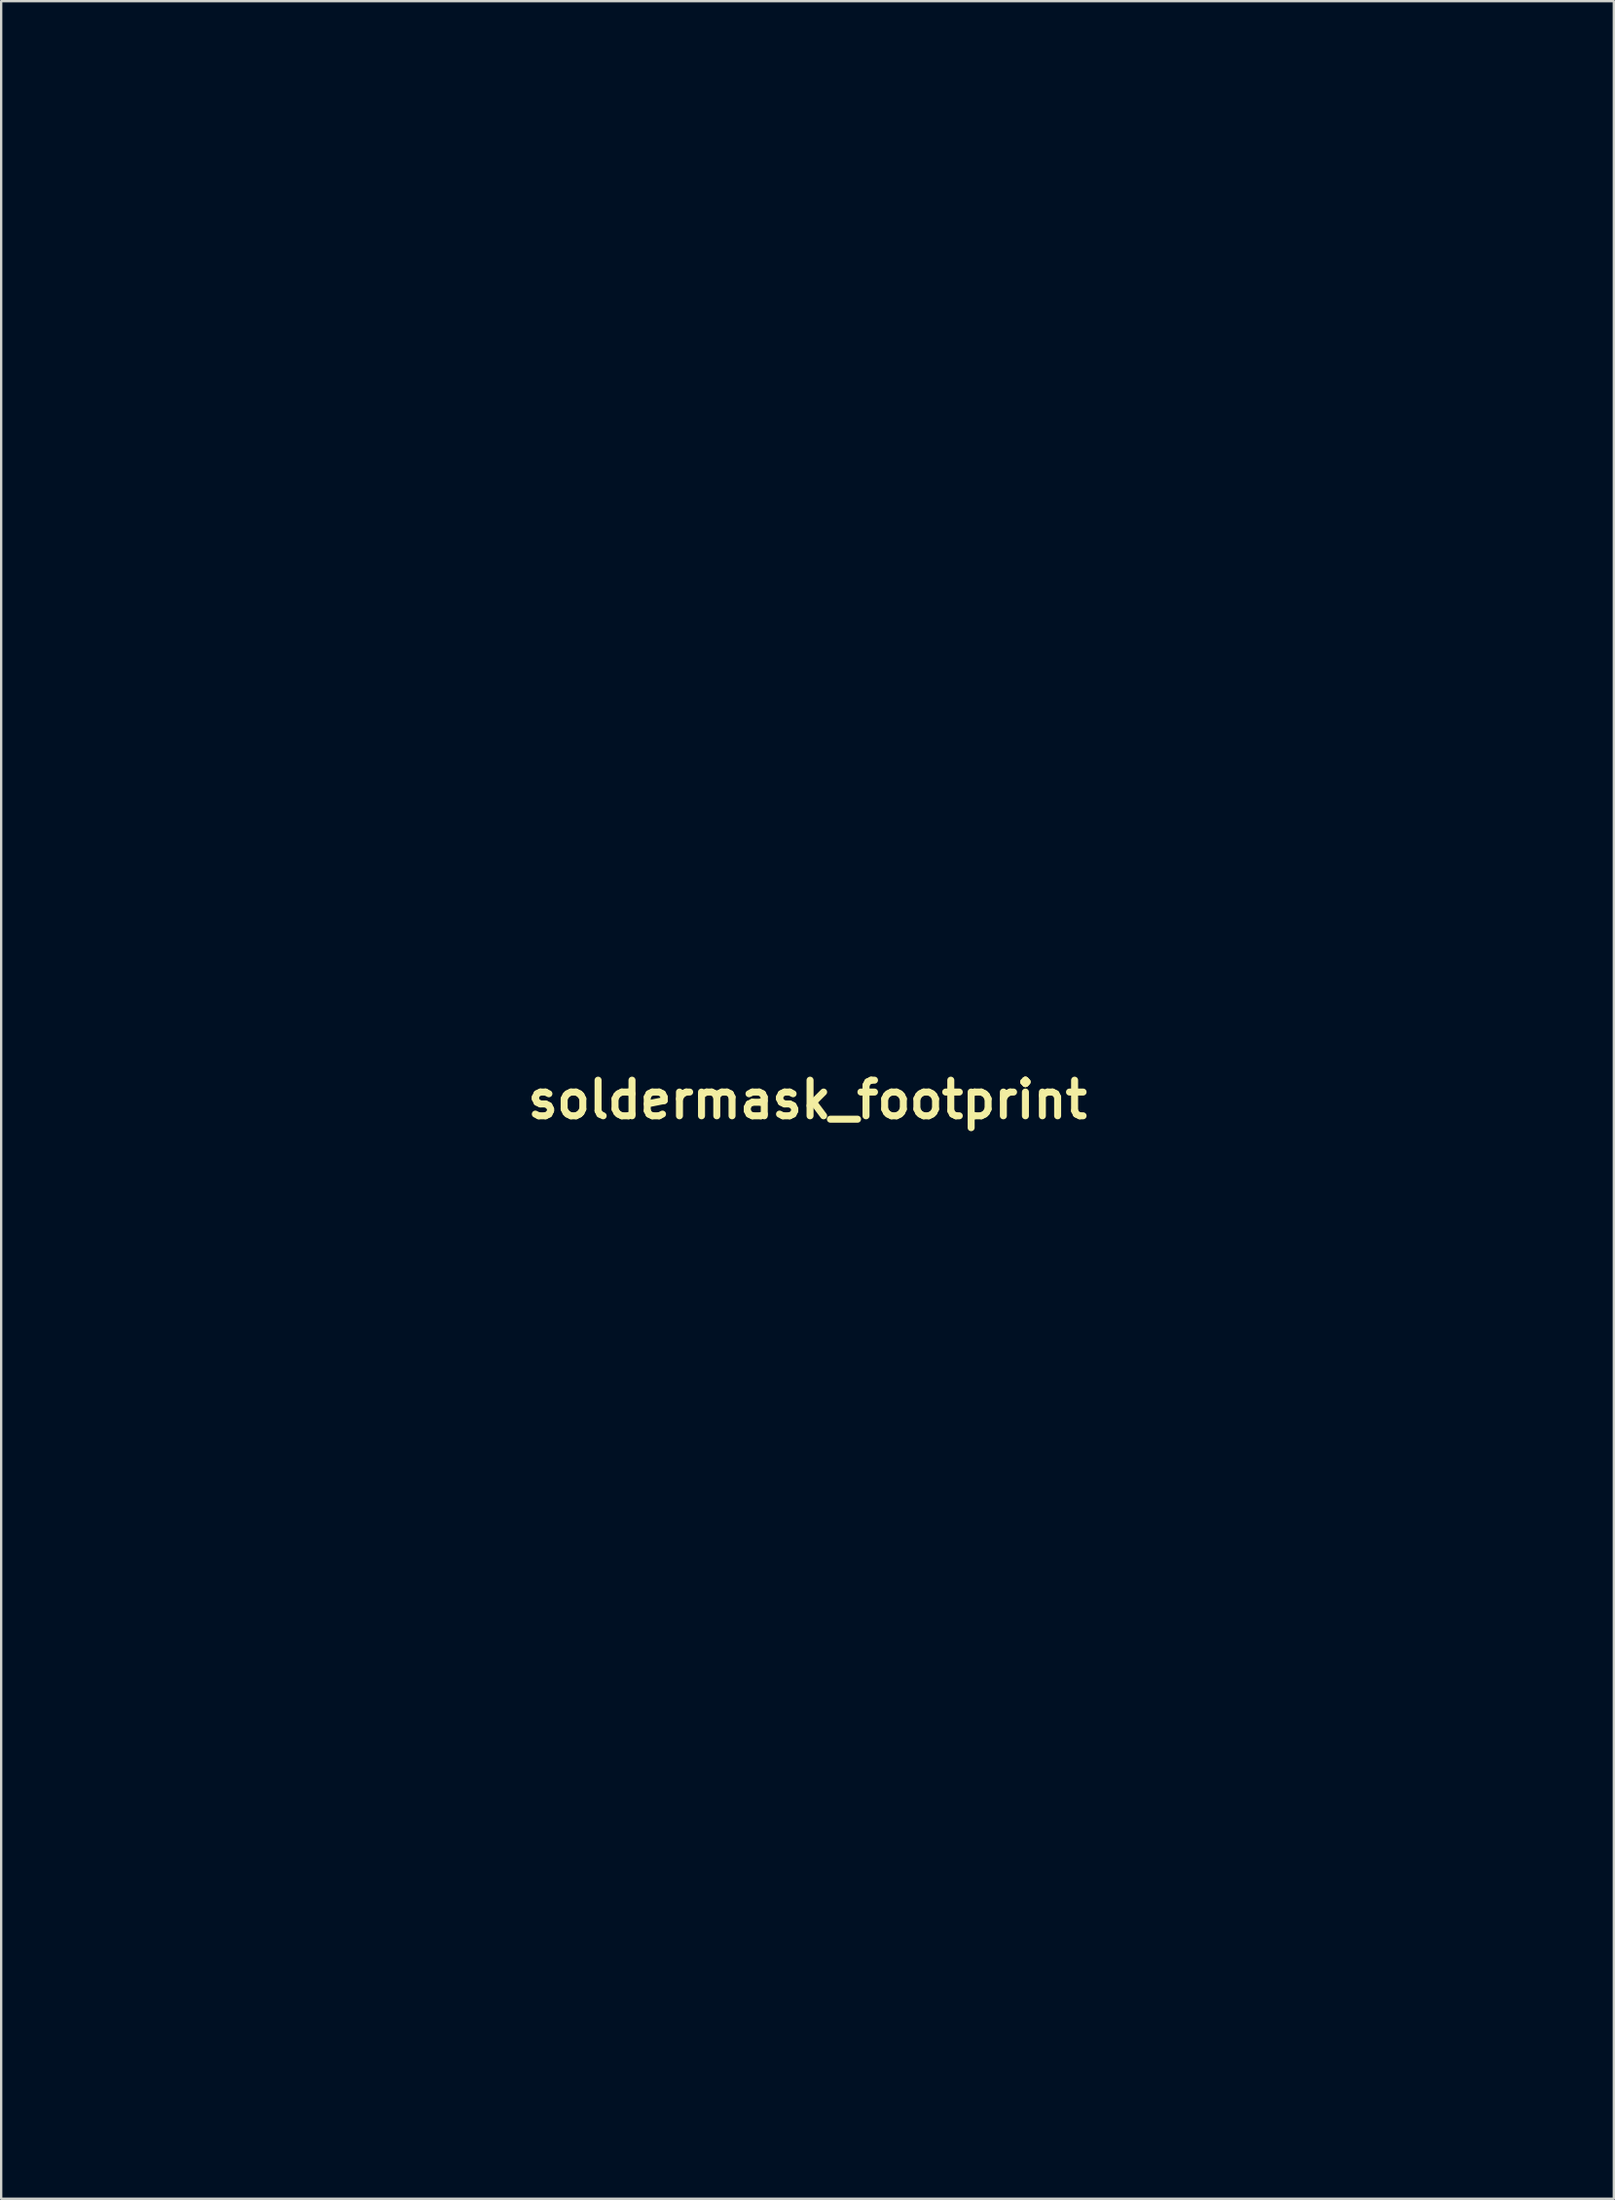
<source format=kicad_pcb>
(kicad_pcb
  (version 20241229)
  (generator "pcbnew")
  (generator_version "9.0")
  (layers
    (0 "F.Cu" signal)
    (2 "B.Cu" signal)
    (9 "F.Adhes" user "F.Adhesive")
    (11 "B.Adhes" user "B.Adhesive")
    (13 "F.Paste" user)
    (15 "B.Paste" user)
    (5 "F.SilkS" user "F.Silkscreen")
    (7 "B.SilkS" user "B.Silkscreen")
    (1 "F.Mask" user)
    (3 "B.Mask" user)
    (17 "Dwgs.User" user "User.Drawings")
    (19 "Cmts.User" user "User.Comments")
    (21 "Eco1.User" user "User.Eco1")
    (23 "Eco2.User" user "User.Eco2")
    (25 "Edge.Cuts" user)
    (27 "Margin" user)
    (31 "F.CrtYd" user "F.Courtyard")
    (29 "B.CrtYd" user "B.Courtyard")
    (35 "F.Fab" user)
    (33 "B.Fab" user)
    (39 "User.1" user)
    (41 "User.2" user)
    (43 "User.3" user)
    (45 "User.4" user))
  (footprint "soldermask_footprint"
    (layer "F.Cu")
    (at 31.507 43.991)
    (property "Reference" "soldermask_footprint" (at 0 0 0) (layer "F.SilkS") (effects (font (size 1.524 1.524) (thickness 0.3))))
    (attr through_hole)
    (fp_poly (pts (xy 2.898 -37.935) (xy -3 -37.935) (xy -3 -38.621) (xy 2.898 -38.621) (xy 2.898 -37.935)) (stroke (width 0.01) (type solid)) (fill yes) (layer "F.Mask"))
    (fp_poly (pts (xy 2.898 -30.409) (xy -3 -30.409) (xy -3 -36.613) (xy 2.898 -36.613) (xy 2.898 -30.409)) (stroke (width 0.01) (type solid)) (fill yes) (layer "F.Mask"))
    (fp_poly (pts (xy 2.898 -25.425) (xy -3 -25.425) (xy -3 -29.112) (xy 2.898 -29.112) (xy 2.898 -25.425)) (stroke (width 0.01) (type solid)) (fill yes) (layer "F.Mask"))
    (fp_poly (pts (xy 13.908 -31.426) (xy 4.5 -31.426) (xy 4.5 -36.104) (xy 13.908 -36.104) (xy 13.908 -31.426)) (stroke (width 0.01) (type solid)) (fill yes) (layer "F.Mask"))
    (fp_poly (pts (xy 13.908 -25.425) (xy 4.5 -25.425) (xy 4.5 -30.104) (xy 13.908 -30.104) (xy 13.908 -25.425)) (stroke (width 0.01) (type solid)) (fill yes) (layer "F.Mask"))
    (fp_poly (pts (xy -9.363 -38.615) (xy -4.615 -38.609) (xy -4.608 -32.017) (xy -4.602 -25.425) (xy -14.111 -25.425) (xy -14.111 -38.621) (xy -9.363 -38.615)) (stroke (width 0.01) (type solid)) (fill yes) (layer "F.Mask"))
    (fp_poly (pts (xy -29.391 11.225) (xy -28.642 11.924) (xy -27.339 11.924) (xy -26.036 11.925) (xy -26.036 23.925) (xy -31.502 23.925) (xy -31.502 10.526) (xy -30.139 10.526) (xy -29.391 11.225)) (stroke (width 0.01) (type solid)) (fill yes) (layer "F.Mask"))
    (fp_poly (pts (xy -2.906 -7.557) (xy -2.886 -7.527) (xy -2.885 -7.461) (xy -2.915 -7.404) (xy -2.965 -7.374) (xy -2.976 -7.373) (xy -3.008 -7.382) (xy -3.023 -7.418) (xy -3.026 -7.475) (xy -3.022 -7.541) (xy -3.006 -7.57) (xy -2.968 -7.577) (xy -2.964 -7.577) (xy -2.906 -7.557)) (stroke (width 0.01) (type solid)) (fill yes) (layer "F.Mask"))
    (fp_poly (pts (xy -1.957 -7.57) (xy -1.929 -7.538) (xy -1.913 -7.471) (xy -1.908 -7.362) (xy -1.907 -7.329) (xy -1.907 -7.145) (xy -2.062 -7.145) (xy -2.054 -7.354) (xy -2.049 -7.459) (xy -2.041 -7.523) (xy -2.027 -7.557) (xy -2.006 -7.571) (xy -1.999 -7.573) (xy -1.957 -7.57)) (stroke (width 0.01) (type solid)) (fill yes) (layer "F.Mask"))
    (fp_poly (pts (xy -0.973 -7.557) (xy -0.954 -7.527) (xy -0.953 -7.461) (xy -0.983 -7.404) (xy -1.032 -7.374) (xy -1.043 -7.373) (xy -1.076 -7.382) (xy -1.091 -7.418) (xy -1.093 -7.475) (xy -1.09 -7.541) (xy -1.073 -7.57) (xy -1.035 -7.577) (xy -1.031 -7.577) (xy -0.973 -7.557)) (stroke (width 0.01) (type solid)) (fill yes) (layer "F.Mask"))
    (fp_poly (pts (xy -0.024 -7.57) (xy 0.003 -7.538) (xy 0.019 -7.471) (xy 0.025 -7.362) (xy 0.025 -7.329) (xy 0.025 -7.145) (xy -0.129 -7.145) (xy -0.122 -7.354) (xy -0.117 -7.459) (xy -0.109 -7.523) (xy -0.095 -7.557) (xy -0.073 -7.571) (xy -0.067 -7.573) (xy -0.024 -7.57)) (stroke (width 0.01) (type solid)) (fill yes) (layer "F.Mask"))
    (fp_poly (pts (xy 24.707 41.251) (xy 24.765 41.259) (xy 24.904 41.279) (xy 24.912 41.401) (xy 24.909 41.506) (xy 24.882 41.568) (xy 24.825 41.591) (xy 24.737 41.579) (xy 24.734 41.579) (xy 24.705 41.553) (xy 24.671 41.497) (xy 24.637 41.425) (xy 24.609 41.35) (xy 24.592 41.287) (xy 24.592 41.25) (xy 24.598 41.246) (xy 24.637 41.245) (xy 24.707 41.251)) (stroke (width 0.01) (type solid)) (fill yes) (layer "F.Mask"))
    (fp_poly (pts (xy 25.069 42.122) (xy 25.118 42.167) (xy 25.155 42.206) (xy 25.217 42.287) (xy 25.244 42.358) (xy 25.247 42.397) (xy 25.242 42.459) (xy 25.222 42.481) (xy 25.18 42.464) (xy 25.111 42.409) (xy 25.108 42.407) (xy 25.051 42.349) (xy 25.025 42.294) (xy 25.019 42.217) (xy 25.019 42.216) (xy 25.023 42.149) (xy 25.035 42.109) (xy 25.041 42.105) (xy 25.069 42.122)) (stroke (width 0.01) (type solid)) (fill yes) (layer "F.Mask"))
    (fp_poly (pts (xy 25.916 42.047) (xy 25.987 42.08) (xy 26.088 42.155) (xy 26.158 42.253) (xy 26.188 42.362) (xy 26.188 42.376) (xy 26.179 42.469) (xy 26.149 42.521) (xy 26.093 42.536) (xy 26.005 42.514) (xy 25.942 42.487) (xy 25.854 42.436) (xy 25.804 42.371) (xy 25.783 42.278) (xy 25.781 42.223) (xy 25.787 42.114) (xy 25.807 42.052) (xy 25.848 42.031) (xy 25.916 42.047)) (stroke (width 0.01) (type solid)) (fill yes) (layer "F.Mask"))
    (fp_poly (pts (xy 24.908 41.704) (xy 24.985 41.719) (xy 25.045 41.748) (xy 25.109 41.803) (xy 25.138 41.834) (xy 25.208 41.917) (xy 25.242 41.986) (xy 25.247 42.027) (xy 25.242 42.085) (xy 25.222 42.099) (xy 25.184 42.07) (xy 25.146 42.026) (xy 25.059 41.954) (xy 24.942 41.903) (xy 24.863 41.875) (xy 24.819 41.849) (xy 24.8 41.814) (xy 24.794 41.774) (xy 24.786 41.691) (xy 24.908 41.704)) (stroke (width 0.01) (type solid)) (fill yes) (layer "F.Mask"))
    (fp_poly (pts (xy 25.429 42.372) (xy 25.517 42.411) (xy 25.6 42.463) (xy 25.66 42.518) (xy 25.679 42.548) (xy 25.69 42.61) (xy 25.685 42.675) (xy 25.668 42.724) (xy 25.645 42.74) (xy 25.608 42.728) (xy 25.544 42.697) (xy 25.495 42.672) (xy 25.426 42.631) (xy 25.39 42.596) (xy 25.377 42.55) (xy 25.375 42.48) (xy 25.376 42.406) (xy 25.386 42.372) (xy 25.408 42.367) (xy 25.429 42.372)) (stroke (width 0.01) (type solid)) (fill yes) (layer "F.Mask"))
    (fp_poly (pts (xy 25.946 42.606) (xy 25.984 42.62) (xy 26.078 42.657) (xy 26.133 42.691) (xy 26.163 42.731) (xy 26.17 42.748) (xy 26.182 42.812) (xy 26.179 42.855) (xy 26.144 42.881) (xy 26.077 42.891) (xy 25.993 42.885) (xy 25.908 42.862) (xy 25.893 42.856) (xy 25.819 42.807) (xy 25.786 42.735) (xy 25.782 42.681) (xy 25.788 42.618) (xy 25.812 42.587) (xy 25.862 42.584) (xy 25.946 42.606)) (stroke (width 0.01) (type solid)) (fill yes) (layer "F.Mask"))
    (fp_poly (pts (xy 1.927 -7.531) (xy 1.947 -7.448) (xy 1.957 -7.319) (xy 1.958 -7.252) (xy 1.955 -7.142) (xy 1.948 -7.047) (xy 1.937 -6.981) (xy 1.931 -6.965) (xy 1.89 -6.923) (xy 1.841 -6.92) (xy 1.822 -6.933) (xy 1.816 -6.963) (xy 1.81 -7.034) (xy 1.806 -7.135) (xy 1.805 -7.251) (xy 1.806 -7.382) (xy 1.81 -7.471) (xy 1.817 -7.526) (xy 1.829 -7.556) (xy 1.847 -7.569) (xy 1.893 -7.57) (xy 1.927 -7.531)) (stroke (width 0.01) (type solid)) (fill yes) (layer "F.Mask"))
    (fp_poly (pts (xy 25.146 41.282) (xy 25.195 41.315) (xy 25.223 41.352) (xy 25.239 41.401) (xy 25.246 41.477) (xy 25.247 41.558) (xy 25.247 41.649) (xy 25.245 41.716) (xy 25.242 41.747) (xy 25.241 41.748) (xy 25.22 41.732) (xy 25.176 41.695) (xy 25.167 41.687) (xy 25.112 41.643) (xy 25.068 41.617) (xy 25.065 41.616) (xy 25.044 41.585) (xy 25.034 41.508) (xy 25.032 41.441) (xy 25.033 41.352) (xy 25.04 41.302) (xy 25.057 41.279) (xy 25.087 41.27) (xy 25.146 41.282)) (stroke (width 0.01) (type solid)) (fill yes) (layer "F.Mask"))
    (fp_poly (pts (xy 25.439 41.789) (xy 25.502 41.827) (xy 25.57 41.876) (xy 25.629 41.926) (xy 25.662 41.963) (xy 25.664 41.967) (xy 25.673 42.013) (xy 25.678 42.086) (xy 25.679 42.17) (xy 25.677 42.249) (xy 25.671 42.308) (xy 25.661 42.333) (xy 25.661 42.333) (xy 25.628 42.323) (xy 25.567 42.298) (xy 25.536 42.284) (xy 25.464 42.244) (xy 25.412 42.199) (xy 25.402 42.185) (xy 25.389 42.137) (xy 25.38 42.062) (xy 25.375 41.974) (xy 25.376 41.888) (xy 25.382 41.818) (xy 25.393 41.778) (xy 25.399 41.774) (xy 25.439 41.789)) (stroke (width 0.01) (type solid)) (fill yes) (layer "F.Mask"))
    (fp_poly (pts (xy 31.502 -20.048) (xy 31.502 -19.515) (xy 31.502 -18.997) (xy 31.502 -18.494) (xy 31.502 -18.009) (xy 31.501 -17.545) (xy 31.501 -17.103) (xy 31.501 -16.687) (xy 31.5 -16.298) (xy 31.5 -15.938) (xy 31.5 -15.61) (xy 31.499 -15.317) (xy 31.499 -15.059) (xy 31.498 -14.841) (xy 31.498 -14.663) (xy 31.497 -14.529) (xy 31.497 -14.44) (xy 31.496 -14.399) (xy 31.496 -14.397) (xy 31.47 -14.398) (xy 31.398 -14.4) (xy 31.287 -14.402) (xy 31.14 -14.404) (xy 30.963 -14.405) (xy 30.762 -14.407) (xy 30.542 -14.409) (xy 30.415 -14.41) (xy 29.341 -14.417) (xy 29.341 -25.705) (xy 31.502 -25.705) (xy 31.502 -20.048)) (stroke (width 0.01) (type solid)) (fill yes) (layer "F.Mask"))
    (fp_poly (pts (xy 27.932 39.751) (xy 27.981 39.819) (xy 28.009 39.916) (xy 28.016 40.03) (xy 28.001 40.152) (xy 27.963 40.271) (xy 27.948 40.302) (xy 27.858 40.433) (xy 27.744 40.523) (xy 27.6 40.576) (xy 27.453 40.594) (xy 27.349 40.596) (xy 27.255 40.591) (xy 27.192 40.582) (xy 27.061 40.531) (xy 26.946 40.455) (xy 26.854 40.363) (xy 26.795 40.262) (xy 26.774 40.162) (xy 26.777 40.13) (xy 26.793 40.109) (xy 26.835 40.082) (xy 26.91 40.047) (xy 27.02 40.001) (xy 27.171 39.944) (xy 27.295 39.898) (xy 27.449 39.843) (xy 27.591 39.795) (xy 27.712 39.757) (xy 27.804 39.731) (xy 27.858 39.72) (xy 27.866 39.72) (xy 27.932 39.751)) (stroke (width 0.01) (type solid)) (fill yes) (layer "F.Mask"))
    (fp_poly (pts (xy 31.502 3.407) (xy -18.027 3.407) (xy -18.027 1.92) (xy -18.624 2.517) (xy -19.222 3.114) (xy -19.972 2.364) (xy -20.722 1.615) (xy -20.721 1.614) (xy -20.417 1.614) (xy -20.399 1.638) (xy -20.35 1.692) (xy -20.273 1.774) (xy -20.173 1.879) (xy -20.053 2.001) (xy -19.919 2.138) (xy -19.826 2.231) (xy -19.235 2.822) (xy -18.014 1.602) (xy -18.618 0.998) (xy -19.221 0.394) (xy -19.819 0.992) (xy -19.962 1.135) (xy -20.093 1.268) (xy -20.207 1.385) (xy -20.3 1.483) (xy -20.369 1.556) (xy -20.408 1.602) (xy -20.417 1.614) (xy -20.721 1.614) (xy -19.972 0.865) (xy -19.222 0.115) (xy -18.624 0.712) (xy -18.027 1.309) (xy -18.027 -0.076) (xy 31.502 -0.076) (xy 31.502 3.407)) (stroke (width 0.01) (type solid)) (fill yes) (layer "F.Mask"))
    (fp_poly (pts (xy -18.23 1.614) (xy -18.719 2.104) (xy -18.848 2.232) (xy -18.965 2.348) (xy -19.066 2.447) (xy -19.146 2.524) (xy -19.199 2.574) (xy -19.221 2.593) (xy -19.222 2.593) (xy -19.242 2.576) (xy -19.294 2.527) (xy -19.372 2.452) (xy -19.472 2.354) (xy -19.588 2.239) (xy -19.717 2.111) (xy -19.724 2.104) (xy -20.213 1.614) (xy -20.213 1.614) (xy -19.73 1.614) (xy -19.483 1.862) (xy -19.392 1.952) (xy -19.314 2.028) (xy -19.256 2.082) (xy -19.225 2.109) (xy -19.222 2.11) (xy -19.2 2.093) (xy -19.149 2.047) (xy -19.076 1.977) (xy -18.989 1.89) (xy -18.961 1.862) (xy -18.713 1.614) (xy -18.967 1.36) (xy -19.222 1.107) (xy -19.476 1.36) (xy -19.73 1.614) (xy -20.213 1.614) (xy -19.222 0.623) (xy -18.23 1.614)) (stroke (width 0.01) (type solid)) (fill yes) (layer "F.Mask"))
    (fp_poly (pts (xy 26.272 40.373) (xy 26.346 40.434) (xy 26.423 40.524) (xy 26.495 40.633) (xy 26.556 40.75) (xy 26.6 40.867) (xy 26.62 40.972) (xy 26.62 40.99) (xy 26.617 41.062) (xy 26.601 41.101) (xy 26.567 41.107) (xy 26.507 41.081) (xy 26.415 41.023) (xy 26.398 41.011) (xy 26.318 40.961) (xy 26.251 40.925) (xy 26.212 40.91) (xy 26.21 40.91) (xy 26.173 40.923) (xy 26.108 40.958) (xy 26.028 41.008) (xy 26.023 41.011) (xy 25.943 41.061) (xy 25.878 41.098) (xy 25.84 41.113) (xy 25.839 41.113) (xy 25.817 41.088) (xy 25.807 41.015) (xy 25.807 40.99) (xy 25.821 40.889) (xy 25.859 40.774) (xy 25.915 40.656) (xy 25.983 40.545) (xy 26.056 40.45) (xy 26.129 40.382) (xy 26.194 40.351) (xy 26.206 40.35) (xy 26.272 40.373)) (stroke (width 0.01) (type solid)) (fill yes) (layer "F.Mask"))
    (fp_poly (pts (xy -20.735 -38.883) (xy -20.445 -38.609) (xy -20.444 -37.858) (xy -20.442 -37.106) (xy -20.563 -36.99) (xy -20.629 -36.929) (xy -20.712 -36.86) (xy -20.801 -36.789) (xy -20.887 -36.725) (xy -20.96 -36.673) (xy -21.009 -36.643) (xy -21.023 -36.639) (xy -21.048 -36.654) (xy -21.105 -36.695) (xy -21.187 -36.757) (xy -21.287 -36.834) (xy -21.338 -36.874) (xy -21.637 -37.108) (xy -21.637 -37.475) (xy -21.637 -37.842) (xy -21.572 -37.781) (xy -21.529 -37.733) (xy -21.468 -37.655) (xy -21.4 -37.561) (xy -21.364 -37.509) (xy -21.298 -37.413) (xy -21.251 -37.352) (xy -21.214 -37.318) (xy -21.178 -37.303) (xy -21.135 -37.299) (xy -21.124 -37.299) (xy -21.027 -37.299) (xy -21.027 -37.715) (xy -21.165 -37.895) (xy -21.253 -38.003) (xy -21.358 -38.122) (xy -21.459 -38.228) (xy -21.47 -38.239) (xy -21.551 -38.322) (xy -21.601 -38.381) (xy -21.627 -38.429) (xy -21.636 -38.476) (xy -21.637 -38.496) (xy -21.634 -38.532) (xy -21.623 -38.568) (xy -21.597 -38.608) (xy -21.552 -38.66) (xy -21.482 -38.73) (xy -21.382 -38.824) (xy -21.33 -38.873) (xy -21.024 -39.158) (xy -20.735 -38.883)) (stroke (width 0.01) (type solid)) (fill yes) (layer "F.Mask"))
    (fp_poly (pts (xy 27.936 41.251) (xy 27.938 41.253) (xy 27.932 41.278) (xy 27.905 41.336) (xy 27.864 41.414) (xy 27.858 41.424) (xy 27.743 41.655) (xy 27.668 41.865) (xy 27.637 42.011) (xy 27.618 42.104) (xy 27.592 42.185) (xy 27.575 42.221) (xy 27.508 42.298) (xy 27.403 42.389) (xy 27.271 42.486) (xy 27.119 42.585) (xy 26.958 42.678) (xy 26.797 42.76) (xy 26.663 42.818) (xy 26.527 42.868) (xy 26.431 42.899) (xy 26.367 42.911) (xy 26.328 42.906) (xy 26.308 42.884) (xy 26.306 42.88) (xy 26.3 42.839) (xy 26.295 42.759) (xy 26.291 42.651) (xy 26.29 42.536) (xy 26.292 42.392) (xy 26.3 42.289) (xy 26.321 42.217) (xy 26.36 42.166) (xy 26.421 42.127) (xy 26.512 42.089) (xy 26.542 42.077) (xy 26.624 42.049) (xy 26.678 42.038) (xy 26.723 42.045) (xy 26.766 42.064) (xy 26.829 42.088) (xy 26.877 42.094) (xy 26.881 42.093) (xy 26.929 42.081) (xy 26.982 42.068) (xy 27.043 42.042) (xy 27.116 41.994) (xy 27.145 41.971) (xy 27.201 41.924) (xy 27.239 41.898) (xy 27.248 41.895) (xy 27.293 41.9) (xy 27.346 41.86) (xy 27.395 41.791) (xy 27.44 41.698) (xy 27.457 41.612) (xy 27.448 41.511) (xy 27.428 41.43) (xy 27.412 41.355) (xy 27.413 41.313) (xy 27.43 41.293) (xy 27.467 41.284) (xy 27.538 41.273) (xy 27.63 41.264) (xy 27.73 41.255) (xy 27.823 41.25) (xy 27.896 41.248) (xy 27.936 41.251)) (stroke (width 0.01) (type solid)) (fill yes) (layer "F.Mask"))
    (fp_poly (pts (xy -24.072 -28.387) (xy -24 -28.383) (xy -23.883 -28.374) (xy -23.725 -28.363) (xy -23.53 -28.349) (xy -23.3 -28.333) (xy -23.039 -28.314) (xy -22.751 -28.293) (xy -22.438 -28.27) (xy -22.104 -28.246) (xy -21.752 -28.22) (xy -21.386 -28.193) (xy -21.008 -28.165) (xy -20.623 -28.137) (xy -20.232 -28.108) (xy -19.84 -28.079) (xy -19.45 -28.05) (xy -19.066 -28.021) (xy -18.689 -27.994) (xy -18.324 -27.966) (xy -17.975 -27.94) (xy -17.643 -27.916) (xy -17.333 -27.892) (xy -17.048 -27.871) (xy -16.791 -27.852) (xy -16.566 -27.835) (xy -16.375 -27.82) (xy -16.222 -27.808) (xy -16.111 -27.799) (xy -16.044 -27.794) (xy -16.024 -27.792) (xy -16.022 -27.767) (xy -16.019 -27.696) (xy -16.018 -27.587) (xy -16.017 -27.445) (xy -16.016 -27.276) (xy -16.016 -27.086) (xy -16.017 -26.88) (xy -16.018 -26.666) (xy -16.019 -26.449) (xy -16.021 -26.234) (xy -16.023 -26.029) (xy -16.025 -25.838) (xy -16.027 -25.667) (xy -16.03 -25.524) (xy -16.033 -25.413) (xy -16.036 -25.341) (xy -16.039 -25.314) (xy -16.039 -25.314) (xy -16.065 -25.305) (xy -16.137 -25.281) (xy -16.252 -25.243) (xy -16.408 -25.193) (xy -16.602 -25.13) (xy -16.832 -25.056) (xy -17.094 -24.971) (xy -17.387 -24.877) (xy -17.707 -24.774) (xy -18.052 -24.662) (xy -18.42 -24.544) (xy -18.808 -24.419) (xy -19.213 -24.289) (xy -19.633 -24.154) (xy -19.91 -24.066) (xy -20.341 -23.927) (xy -20.761 -23.792) (xy -21.167 -23.662) (xy -21.557 -23.537) (xy -21.927 -23.418) (xy -22.274 -23.307) (xy -22.597 -23.203) (xy -22.892 -23.108) (xy -23.157 -23.023) (xy -23.389 -22.949) (xy -23.584 -22.886) (xy -23.741 -22.835) (xy -23.857 -22.798) (xy -23.928 -22.775) (xy -23.949 -22.768) (xy -24.137 -22.706) (xy -24.121 -25.543) (xy -24.119 -25.919) (xy -24.117 -26.28) (xy -24.115 -26.623) (xy -24.113 -26.946) (xy -24.11 -27.244) (xy -24.108 -27.515) (xy -24.106 -27.756) (xy -24.104 -27.962) (xy -24.102 -28.132) (xy -24.101 -28.261) (xy -24.099 -28.347) (xy -24.098 -28.387) (xy -24.098 -28.389) (xy -24.072 -28.387)) (stroke (width 0.01) (type solid)) (fill yes) (layer "F.Mask"))
    (fp_poly (pts (xy 24.069 -36.781) (xy 24.069 -36.708) (xy 24.068 -36.588) (xy 24.068 -36.425) (xy 24.067 -36.221) (xy 24.065 -35.978) (xy 24.064 -35.7) (xy 24.062 -35.387) (xy 24.06 -35.043) (xy 24.058 -34.671) (xy 24.055 -34.272) (xy 24.053 -33.85) (xy 24.05 -33.406) (xy 24.047 -32.943) (xy 24.045 -32.463) (xy 24.042 -31.97) (xy 24.038 -31.465) (xy 24.035 -30.951) (xy 24.032 -30.43) (xy 24.029 -29.905) (xy 24.025 -29.379) (xy 24.022 -28.853) (xy 24.019 -28.33) (xy 24.016 -27.813) (xy 24.012 -27.304) (xy 24.009 -26.805) (xy 24.006 -26.319) (xy 24.003 -25.849) (xy 24 -25.397) (xy 23.997 -24.965) (xy 23.995 -24.556) (xy 23.992 -24.172) (xy 23.99 -23.816) (xy 23.987 -23.49) (xy 23.985 -23.196) (xy 23.984 -22.938) (xy 23.982 -22.717) (xy 23.981 -22.536) (xy 23.98 -22.398) (xy 23.979 -22.304) (xy 23.978 -22.258) (xy 23.978 -22.254) (xy 23.974 -22.252) (xy 23.961 -22.253) (xy 23.937 -22.259) (xy 23.901 -22.27) (xy 23.85 -22.286) (xy 23.783 -22.309) (xy 23.696 -22.339) (xy 23.589 -22.376) (xy 23.459 -22.423) (xy 23.303 -22.478) (xy 23.121 -22.544) (xy 22.91 -22.621) (xy 22.667 -22.709) (xy 22.391 -22.81) (xy 22.079 -22.923) (xy 21.73 -23.051) (xy 21.342 -23.193) (xy 20.912 -23.35) (xy 20.438 -23.523) (xy 19.934 -23.708) (xy 19.5 -23.867) (xy 19.079 -24.021) (xy 18.673 -24.17) (xy 18.285 -24.312) (xy 17.916 -24.447) (xy 17.57 -24.574) (xy 17.249 -24.691) (xy 16.955 -24.799) (xy 16.692 -24.896) (xy 16.461 -24.98) (xy 16.265 -25.052) (xy 16.107 -25.11) (xy 15.989 -25.153) (xy 15.914 -25.181) (xy 15.885 -25.191) (xy 15.815 -25.218) (xy 15.815 -36.103) (xy 15.872 -36.115) (xy 15.907 -36.119) (xy 15.988 -36.127) (xy 16.111 -36.138) (xy 16.27 -36.152) (xy 16.463 -36.169) (xy 16.683 -36.188) (xy 16.926 -36.209) (xy 17.189 -36.231) (xy 17.465 -36.254) (xy 17.48 -36.255) (xy 18.019 -36.3) (xy 18.606 -36.349) (xy 19.241 -36.402) (xy 19.922 -36.459) (xy 20.646 -36.52) (xy 21.413 -36.585) (xy 22.22 -36.653) (xy 23.066 -36.725) (xy 23.213 -36.738) (xy 23.416 -36.755) (xy 23.601 -36.77) (xy 23.763 -36.783) (xy 23.897 -36.794) (xy 23.996 -36.802) (xy 24.055 -36.806) (xy 24.069 -36.807) (xy 24.069 -36.781)) (stroke (width 0.01) (type solid)) (fill yes) (layer "F.Mask"))
    (fp_poly (pts (xy -23.848 -38.955) (xy -23.45 -38.897) (xy -23.304 -38.864) (xy -22.928 -38.746) (xy -22.574 -38.586) (xy -22.235 -38.382) (xy -22.032 -38.234) (xy -21.84 -38.085) (xy -21.84 -36.999) (xy -21.448 -36.653) (xy -21.329 -36.549) (xy -21.223 -36.458) (xy -21.136 -36.384) (xy -21.073 -36.333) (xy -21.041 -36.309) (xy -21.038 -36.308) (xy -21.009 -36.322) (xy -20.96 -36.356) (xy -20.956 -36.359) (xy -20.92 -36.384) (xy -20.892 -36.39) (xy -20.871 -36.371) (xy -20.853 -36.32) (xy -20.835 -36.233) (xy -20.815 -36.102) (xy -20.807 -36.048) (xy -20.778 -35.66) (xy -20.797 -35.273) (xy -20.863 -34.89) (xy -20.973 -34.517) (xy -21.127 -34.158) (xy -21.321 -33.818) (xy -21.554 -33.502) (xy -21.823 -33.214) (xy -22.091 -32.987) (xy -22.317 -32.835) (xy -22.575 -32.691) (xy -22.848 -32.563) (xy -23.118 -32.461) (xy -23.277 -32.415) (xy -23.398 -32.385) (xy -23.501 -32.363) (xy -23.6 -32.348) (xy -23.709 -32.338) (xy -23.841 -32.331) (xy -24.008 -32.327) (xy -24.027 -32.326) (xy -24.241 -32.324) (xy -24.413 -32.328) (xy -24.554 -32.337) (xy -24.671 -32.354) (xy -24.675 -32.355) (xy -25.069 -32.453) (xy -25.455 -32.598) (xy -25.823 -32.786) (xy -25.985 -32.887) (xy -26.112 -32.982) (xy -26.258 -33.107) (xy -26.412 -33.253) (xy -26.563 -33.407) (xy -26.702 -33.561) (xy -26.817 -33.702) (xy -26.871 -33.778) (xy -27.071 -34.118) (xy -27.225 -34.462) (xy -27.334 -34.818) (xy -27.384 -35.099) (xy -25.438 -35.099) (xy -25.435 -34.896) (xy -25.424 -34.727) (xy -25.392 -34.599) (xy -25.335 -34.507) (xy -25.25 -34.445) (xy -25.132 -34.406) (xy -25.117 -34.403) (xy -25.057 -34.396) (xy -24.954 -34.391) (xy -24.815 -34.386) (xy -24.648 -34.383) (xy -24.461 -34.38) (xy -24.262 -34.379) (xy -24.057 -34.378) (xy -23.854 -34.379) (xy -23.662 -34.381) (xy -23.488 -34.384) (xy -23.339 -34.388) (xy -23.223 -34.393) (xy -23.148 -34.399) (xy -23.134 -34.401) (xy -22.999 -34.44) (xy -22.896 -34.505) (xy -22.821 -34.588) (xy -22.798 -34.626) (xy -22.782 -34.673) (xy -22.771 -34.739) (xy -22.764 -34.837) (xy -22.76 -34.965) (xy -22.758 -35.094) (xy -22.759 -35.212) (xy -22.762 -35.306) (xy -22.768 -35.358) (xy -22.809 -35.467) (xy -22.89 -35.56) (xy -23.016 -35.639) (xy -23.187 -35.706) (xy -23.213 -35.714) (xy -23.214 -35.729) (xy -23.173 -35.755) (xy -23.114 -35.782) (xy -23.029 -35.824) (xy -22.957 -35.873) (xy -22.928 -35.903) (xy -22.887 -35.988) (xy -22.857 -36.11) (xy -22.841 -36.255) (xy -22.84 -36.409) (xy -22.851 -36.522) (xy -22.877 -36.66) (xy -22.912 -36.759) (xy -22.964 -36.829) (xy -23.037 -36.882) (xy -23.042 -36.885) (xy -23.067 -36.897) (xy -23.1 -36.907) (xy -23.145 -36.914) (xy -23.208 -36.921) (xy -23.293 -36.925) (xy -23.407 -36.929) (xy -23.553 -36.932) (xy -23.738 -36.934) (xy -23.966 -36.936) (xy -24.078 -36.936) (xy -24.352 -36.938) (xy -24.579 -36.938) (xy -24.765 -36.936) (xy -24.915 -36.931) (xy -25.033 -36.923) (xy -25.123 -36.91) (xy -25.192 -36.892) (xy -25.242 -36.869) (xy -25.28 -36.838) (xy -25.309 -36.801) (xy -25.335 -36.756) (xy -25.344 -36.74) (xy -25.377 -36.661) (xy -25.393 -36.582) (xy -25.395 -36.48) (xy -25.394 -36.448) (xy -25.387 -36.27) (xy -25.158 -36.227) (xy -25.056 -36.208) (xy -24.972 -36.192) (xy -24.921 -36.183) (xy -24.911 -36.182) (xy -24.901 -36.204) (xy -24.894 -36.264) (xy -24.891 -36.333) (xy -24.891 -36.485) (xy -24.183 -36.485) (xy -23.971 -36.485) (xy -23.805 -36.484) (xy -23.679 -36.482) (xy -23.586 -36.478) (xy -23.521 -36.473) (xy -23.479 -36.466) (xy -23.453 -36.456) (xy -23.44 -36.444) (xy -23.417 -36.39) (xy -23.403 -36.304) (xy -23.397 -36.203) (xy -23.4 -36.104) (xy -23.414 -36.025) (xy -23.423 -36.002) (xy -23.436 -35.98) (xy -23.452 -35.963) (xy -23.48 -35.952) (xy -23.526 -35.943) (xy -23.598 -35.937) (xy -23.702 -35.933) (xy -23.847 -35.928) (xy -23.926 -35.926) (xy -24.396 -35.913) (xy -24.403 -35.705) (xy -24.41 -35.497) (xy -23.902 -35.489) (xy -23.712 -35.486) (xy -23.568 -35.482) (xy -23.462 -35.472) (xy -23.388 -35.455) (xy -23.342 -35.427) (xy -23.316 -35.383) (xy -23.305 -35.322) (xy -23.302 -35.239) (xy -23.302 -35.16) (xy -23.304 -35.048) (xy -23.309 -34.975) (xy -23.321 -34.93) (xy -23.342 -34.902) (xy -23.352 -34.894) (xy -23.375 -34.884) (xy -23.416 -34.875) (xy -23.48 -34.869) (xy -23.572 -34.864) (xy -23.697 -34.861) (xy -23.861 -34.859) (xy -24.068 -34.858) (xy -24.159 -34.858) (xy -24.917 -34.858) (xy -24.917 -35.208) (xy -25.438 -35.099) (xy -27.384 -35.099) (xy -27.4 -35.194) (xy -27.425 -35.519) (xy -27.418 -35.935) (xy -27.362 -36.333) (xy -27.259 -36.715) (xy -27.108 -37.082) (xy -26.908 -37.435) (xy -26.892 -37.458) (xy -26.648 -37.785) (xy -26.371 -38.075) (xy -26.065 -38.328) (xy -25.735 -38.54) (xy -25.384 -38.712) (xy -25.016 -38.84) (xy -24.635 -38.924) (xy -24.244 -38.963) (xy -23.848 -38.955)) (stroke (width 0.01) (type solid)) (fill yes) (layer "F.Mask"))
    (fp_poly (pts (xy 31.502 -26.214) (xy 28.731 -26.214) (xy 28.731 -14.086) (xy 31.502 -14.086) (xy 31.502 -0.585) (xy 5.231 -0.584) (xy -21.04 -0.583) (xy -21.777 0.501) (xy -21.919 0.711) (xy -22.053 0.909) (xy -22.174 1.09) (xy -22.282 1.251) (xy -22.372 1.388) (xy -22.442 1.496) (xy -22.49 1.571) (xy -22.513 1.61) (xy -22.514 1.615) (xy -22.501 1.641) (xy -22.463 1.706) (xy -22.402 1.806) (xy -22.321 1.937) (xy -22.223 2.094) (xy -22.111 2.273) (xy -21.986 2.471) (xy -21.851 2.683) (xy -21.79 2.779) (xy -21.065 3.914) (xy 5.219 3.915) (xy 31.502 3.916) (xy 31.502 35.735) (xy 29.633 35.735) (xy 29.633 36.346) (xy 31.502 36.346) (xy 31.502 44.011) (xy -31.502 44.011) (xy -31.502 40.358) (xy 23.747 40.358) (xy 23.763 40.431) (xy 23.805 40.529) (xy 23.866 40.64) (xy 23.94 40.75) (xy 23.988 40.811) (xy 24.044 40.902) (xy 24.052 40.979) (xy 24.01 41.044) (xy 23.92 41.093) (xy 23.911 41.096) (xy 23.833 41.136) (xy 23.805 41.183) (xy 23.827 41.235) (xy 23.881 41.279) (xy 23.949 41.34) (xy 23.972 41.406) (xy 23.994 41.489) (xy 24.04 41.533) (xy 24.115 41.545) (xy 24.193 41.561) (xy 24.24 41.593) (xy 24.294 41.629) (xy 24.369 41.654) (xy 24.379 41.656) (xy 24.477 41.688) (xy 24.546 41.754) (xy 24.593 41.858) (xy 24.613 41.954) (xy 24.639 42.094) (xy 24.668 42.199) (xy 24.708 42.288) (xy 24.759 42.37) (xy 24.841 42.463) (xy 24.964 42.568) (xy 25.118 42.678) (xy 25.296 42.788) (xy 25.489 42.894) (xy 25.69 42.99) (xy 25.889 43.072) (xy 25.89 43.072) (xy 26.038 43.106) (xy 26.216 43.113) (xy 26.41 43.094) (xy 26.608 43.05) (xy 26.661 43.033) (xy 26.839 42.964) (xy 27.023 42.875) (xy 27.204 42.772) (xy 27.375 42.66) (xy 27.529 42.544) (xy 27.658 42.43) (xy 27.755 42.323) (xy 27.812 42.228) (xy 27.814 42.224) (xy 27.831 42.151) (xy 27.84 42.062) (xy 27.841 42.041) (xy 27.844 41.984) (xy 27.855 41.924) (xy 27.878 41.855) (xy 27.914 41.769) (xy 27.967 41.661) (xy 28.041 41.522) (xy 28.133 41.354) (xy 28.227 41.186) (xy 28.303 41.055) (xy 28.367 40.952) (xy 28.425 40.87) (xy 28.481 40.799) (xy 28.529 40.744) (xy 28.585 40.672) (xy 28.641 40.581) (xy 28.689 40.486) (xy 28.722 40.403) (xy 28.731 40.356) (xy 28.721 40.31) (xy 28.687 40.275) (xy 28.62 40.246) (xy 28.512 40.218) (xy 28.488 40.213) (xy 28.36 40.176) (xy 28.276 40.128) (xy 28.232 40.062) (xy 28.222 39.994) (xy 28.236 39.925) (xy 28.283 39.883) (xy 28.37 39.863) (xy 28.375 39.863) (xy 28.464 39.854) (xy 28.467 39.694) (xy 28.473 39.594) (xy 28.489 39.528) (xy 28.521 39.48) (xy 28.524 39.477) (xy 28.567 39.414) (xy 28.573 39.351) (xy 28.54 39.272) (xy 28.527 39.251) (xy 28.486 39.164) (xy 28.483 39.089) (xy 28.519 39.004) (xy 28.53 38.986) (xy 28.568 38.901) (xy 28.568 38.817) (xy 28.567 38.814) (xy 28.546 38.737) (xy 28.511 38.697) (xy 28.453 38.691) (xy 28.363 38.716) (xy 28.335 38.726) (xy 28.254 38.755) (xy 28.206 38.766) (xy 28.179 38.761) (xy 28.158 38.738) (xy 28.154 38.734) (xy 28.124 38.68) (xy 28.137 38.646) (xy 28.186 38.62) (xy 28.23 38.592) (xy 28.241 38.564) (xy 28.258 38.538) (xy 28.319 38.511) (xy 28.36 38.5) (xy 28.471 38.463) (xy 28.551 38.422) (xy 28.596 38.381) (xy 28.602 38.343) (xy 28.564 38.313) (xy 28.539 38.306) (xy 28.495 38.288) (xy 28.493 38.259) (xy 28.503 38.238) (xy 28.521 38.173) (xy 28.523 38.118) (xy 28.505 38.065) (xy 28.459 38.043) (xy 28.441 38.041) (xy 28.34 38.04) (xy 28.251 38.058) (xy 28.188 38.091) (xy 28.173 38.109) (xy 28.163 38.17) (xy 28.186 38.228) (xy 28.231 38.265) (xy 28.268 38.27) (xy 28.312 38.274) (xy 28.324 38.289) (xy 28.302 38.31) (xy 28.262 38.316) (xy 28.18 38.325) (xy 28.136 38.357) (xy 28.121 38.422) (xy 28.121 38.444) (xy 28.11 38.52) (xy 28.073 38.587) (xy 28.033 38.634) (xy 27.96 38.698) (xy 27.901 38.715) (xy 27.85 38.684) (xy 27.815 38.634) (xy 27.775 38.58) (xy 27.726 38.564) (xy 27.705 38.566) (xy 27.653 38.562) (xy 27.64 38.53) (xy 27.665 38.468) (xy 27.688 38.431) (xy 27.73 38.35) (xy 27.731 38.289) (xy 27.689 38.239) (xy 27.671 38.227) (xy 27.614 38.198) (xy 27.573 38.205) (xy 27.563 38.211) (xy 27.511 38.244) (xy 27.49 38.256) (xy 27.452 38.249) (xy 27.4 38.214) (xy 27.344 38.162) (xy 27.301 38.107) (xy 27.282 38.062) (xy 27.281 38.06) (xy 27.267 38.012) (xy 27.23 37.953) (xy 27.228 37.949) (xy 27.191 37.909) (xy 27.152 37.892) (xy 27.092 37.891) (xy 27.043 37.896) (xy 26.94 37.902) (xy 26.879 37.888) (xy 26.856 37.849) (xy 26.864 37.783) (xy 26.868 37.769) (xy 26.886 37.68) (xy 26.873 37.626) (xy 26.833 37.61) (xy 26.818 37.613) (xy 26.761 37.604) (xy 26.727 37.575) (xy 26.653 37.508) (xy 26.585 37.49) (xy 26.544 37.502) (xy 26.485 37.558) (xy 26.439 37.642) (xy 26.418 37.736) (xy 26.417 37.752) (xy 26.405 37.817) (xy 26.379 37.858) (xy 26.37 37.872) (xy 26.362 37.898) (xy 26.356 37.941) (xy 26.351 38.005) (xy 26.347 38.095) (xy 26.344 38.215) (xy 26.343 38.369) (xy 26.341 38.562) (xy 26.341 38.798) (xy 26.341 39.026) (xy 26.34 39.316) (xy 26.339 39.558) (xy 26.337 39.756) (xy 26.334 39.913) (xy 26.33 40.031) (xy 26.325 40.115) (xy 26.319 40.168) (xy 26.311 40.192) (xy 26.31 40.193) (xy 26.268 40.209) (xy 26.189 40.22) (xy 26.105 40.223) (xy 25.985 40.228) (xy 25.902 40.245) (xy 25.845 40.281) (xy 25.8 40.341) (xy 25.784 40.37) (xy 25.676 40.528) (xy 25.534 40.652) (xy 25.365 40.74) (xy 25.176 40.788) (xy 24.976 40.793) (xy 24.897 40.783) (xy 24.732 40.742) (xy 24.595 40.678) (xy 24.475 40.583) (xy 24.36 40.45) (xy 24.298 40.36) (xy 24.216 40.236) (xy 24.052 40.237) (xy 23.921 40.24) (xy 23.832 40.252) (xy 23.779 40.274) (xy 23.753 40.311) (xy 23.747 40.358) (xy -31.502 40.358) (xy -31.502 39.988) (xy 24.462 39.988) (xy 24.467 40.095) (xy 24.497 40.205) (xy 24.517 40.249) (xy 24.583 40.348) (xy 24.665 40.422) (xy 24.779 40.48) (xy 24.844 40.505) (xy 24.995 40.544) (xy 25.129 40.548) (xy 25.257 40.522) (xy 25.343 40.482) (xy 25.435 40.415) (xy 25.47 40.383) (xy 25.548 40.29) (xy 25.578 40.214) (xy 25.56 40.153) (xy 25.508 40.112) (xy 25.438 40.081) (xy 25.337 40.04) (xy 25.215 39.995) (xy 25.082 39.947) (xy 24.948 39.901) (xy 24.821 39.859) (xy 24.712 39.826) (xy 24.63 39.803) (xy 24.585 39.795) (xy 24.582 39.795) (xy 24.521 39.827) (xy 24.481 39.895) (xy 24.462 39.988) (xy -31.502 39.988) (xy -31.502 39.728) (xy 23.954 39.728) (xy 23.96 39.806) (xy 23.979 39.844) (xy 24.037 39.862) (xy 24.113 39.866) (xy 24.185 39.855) (xy 24.228 39.832) (xy 24.257 39.79) (xy 24.296 39.722) (xy 24.314 39.688) (xy 24.364 39.61) (xy 24.421 39.545) (xy 24.44 39.528) (xy 24.508 39.477) (xy 24.922 39.632) (xy 25.07 39.686) (xy 25.211 39.737) (xy 25.336 39.781) (xy 25.432 39.813) (xy 25.475 39.827) (xy 25.567 39.846) (xy 25.678 39.86) (xy 25.795 39.866) (xy 25.905 39.865) (xy 25.994 39.857) (xy 26.049 39.842) (xy 26.056 39.837) (xy 26.064 39.814) (xy 26.071 39.763) (xy 26.076 39.68) (xy 26.08 39.562) (xy 26.083 39.405) (xy 26.085 39.205) (xy 26.086 38.96) (xy 26.086 38.785) (xy 26.086 38.526) (xy 26.086 38.313) (xy 26.084 38.142) (xy 26.082 38.008) (xy 26.078 37.907) (xy 26.074 37.833) (xy 26.068 37.783) (xy 26.061 37.752) (xy 26.051 37.734) (xy 26.048 37.731) (xy 25.992 37.713) (xy 25.893 37.714) (xy 25.755 37.732) (xy 25.583 37.769) (xy 25.517 37.785) (xy 25.403 37.811) (xy 25.326 37.821) (xy 25.273 37.816) (xy 25.254 37.809) (xy 25.153 37.783) (xy 25.06 37.795) (xy 24.993 37.839) (xy 24.96 37.876) (xy 24.898 37.942) (xy 24.815 38.031) (xy 24.717 38.136) (xy 24.619 38.24) (xy 24.491 38.373) (xy 24.392 38.47) (xy 24.318 38.537) (xy 24.264 38.576) (xy 24.226 38.591) (xy 24.224 38.591) (xy 24.175 38.604) (xy 24.156 38.64) (xy 24.154 38.68) (xy 24.137 38.757) (xy 24.106 38.791) (xy 24.076 38.822) (xy 24.066 38.873) (xy 24.07 38.931) (xy 24.068 39.036) (xy 24.044 39.17) (xy 24.029 39.231) (xy 23.996 39.364) (xy 23.973 39.497) (xy 23.958 39.622) (xy 23.954 39.728) (xy -31.502 39.728) (xy -31.502 32.138) (xy -27.742 32.138) (xy -26.685 33.144) (xy -25.629 34.15) (xy -25.629 36.536) (xy 29.341 36.536) (xy 29.341 18.408) (xy 31.451 18.408) (xy 31.451 7.608) (xy 29.945 7.593) (xy 29.863 7.593) (xy 29.731 7.592) (xy 29.551 7.591) (xy 29.325 7.59) (xy 29.053 7.589) (xy 28.737 7.588) (xy 28.378 7.587) (xy 27.978 7.586) (xy 27.539 7.585) (xy 27.06 7.584) (xy 26.545 7.583) (xy 25.994 7.581) (xy 25.408 7.58) (xy 24.789 7.578) (xy 24.139 7.577) (xy 23.458 7.575) (xy 22.748 7.574) (xy 22.011 7.572) (xy 21.248 7.571) (xy 20.459 7.569) (xy 19.647 7.567) (xy 18.813 7.566) (xy 17.959 7.564) (xy 17.085 7.562) (xy 16.192 7.56) (xy 15.284 7.558) (xy 14.36 7.557) (xy 13.422 7.555) (xy 12.471 7.553) (xy 11.509 7.551) (xy 10.538 7.549) (xy 9.558 7.547) (xy 8.571 7.546) (xy 7.578 7.544) (xy 6.581 7.542) (xy 5.582 7.54) (xy 4.58 7.538) (xy 3.578 7.536) (xy 2.578 7.534) (xy 1.579 7.533) (xy 0.585 7.531) (xy -0.404 7.529) (xy -1.386 7.527) (xy -2.361 7.526) (xy -3.326 7.524) (xy -4.28 7.522) (xy -5.222 7.521) (xy -6.151 7.519) (xy -7.065 7.518) (xy -7.963 7.516) (xy -8.843 7.515) (xy -9.704 7.514) (xy -10.545 7.512) (xy -11.364 7.511) (xy -12.161 7.51) (xy -12.933 7.509) (xy -13.679 7.507) (xy -14.398 7.506) (xy -15.088 7.505) (xy -15.749 7.504) (xy -16.378 7.504) (xy -16.975 7.503) (xy -17.537 7.502) (xy -18.065 7.502) (xy -18.555 7.501) (xy -19.008 7.501) (xy -19.421 7.5) (xy -19.793 7.5) (xy -20.123 7.5) (xy -20.41 7.5) (xy -20.652 7.5) (xy -20.69 7.5) (xy -22.73 7.501) (xy -22.73 8.314) (xy 27.815 8.314) (xy 27.815 17.315) (xy 25.731 17.315) (xy 25.731 35.545) (xy -24.612 35.545) (xy -24.612 33.15) (xy -24.898 32.876) (xy -24.981 32.797) (xy -25.094 32.688) (xy -25.233 32.556) (xy -25.391 32.405) (xy -25.561 32.242) (xy -25.74 32.072) (xy -25.919 31.901) (xy -25.959 31.863) (xy -26.735 31.123) (xy -28.483 31.122) (xy -30.231 31.121) (xy -30.231 24.942) (xy -25.019 24.942) (xy -25.019 9.801) (xy -25.521 9.299) (xy -26.023 8.797) (xy -29.926 8.797) (xy -29.926 7.907) (xy -25.539 7.907) (xy -25.298 8.149) (xy -25.208 8.238) (xy -25.131 8.312) (xy -25.072 8.365) (xy -25.041 8.389) (xy -25.038 8.39) (xy -25.021 8.37) (xy -25.019 8.352) (xy -25.013 8.34) (xy -24.992 8.331) (xy -24.95 8.324) (xy -24.883 8.32) (xy -24.783 8.317) (xy -24.646 8.315) (xy -24.467 8.314) (xy -24.37 8.314) (xy -23.722 8.314) (xy -23.722 7.558) (xy -23.722 6.801) (xy -23.226 6.408) (xy 1.602 6.407) (xy 1.602 6.611) (xy 31.454 6.611) (xy 31.446 6.503) (xy 31.439 6.394) (xy 16.632 6.388) (xy 15.593 6.388) (xy 14.603 6.387) (xy 13.663 6.387) (xy 12.769 6.386) (xy 11.921 6.386) (xy 11.119 6.385) (xy 10.359 6.385) (xy 9.643 6.385) (xy 8.967 6.384) (xy 8.331 6.384) (xy 7.734 6.383) (xy 7.175 6.382) (xy 6.652 6.382) (xy 6.164 6.381) (xy 5.71 6.38) (xy 5.289 6.38) (xy 4.899 6.379) (xy 4.539 6.378) (xy 4.208 6.377) (xy 3.906 6.376) (xy 3.63 6.375) (xy 3.379 6.374) (xy 3.153 6.373) (xy 2.949 6.371) (xy 2.768 6.37) (xy 2.607 6.369) (xy 2.465 6.367) (xy 2.342 6.365) (xy 2.235 6.364) (xy 2.145 6.362) (xy 2.069 6.36) (xy 2.006 6.358) (xy 1.955 6.356) (xy 1.915 6.353) (xy 1.885 6.351) (xy 1.864 6.348) (xy 1.849 6.345) (xy 1.841 6.343) (xy 1.838 6.339) (xy 1.838 6.337) (xy 1.851 6.297) (xy 1.878 6.22) (xy 1.914 6.117) (xy 1.954 6.008) (xy 1.992 5.898) (xy 2.02 5.806) (xy 2.034 5.742) (xy 2.034 5.716) (xy 2.034 5.716) (xy 2.021 5.689) (xy 2.006 5.623) (xy 1.993 5.533) (xy 1.991 5.505) (xy 1.97 5.301) (xy -8.32 5.295) (xy -18.611 5.288) (xy -18.611 4.983) (xy -30.027 4.983) (xy -30.027 4.424) (xy -31.502 4.424) (xy -31.502 3.916) (xy -27.129 3.916) (xy -27.129 3.623) (xy -28.476 2.276) (xy -29.824 0.928) (xy -29.824 -1.983) (xy -30.243 -1.983) (xy -30.873 -1.354) (xy -31.502 -0.725) (xy -31.502 -13.196) (xy -29.138 -13.196) (xy -29.138 0.623) (xy -27.987 1.774) (xy -26.836 2.924) (xy -24.93 2.925) (xy -23.023 2.925) (xy -22.718 3.368) (xy -22.413 3.812) (xy -22.177 3.813) (xy -22.075 3.812) (xy -21.995 3.808) (xy -21.949 3.803) (xy -21.942 3.8) (xy -21.956 3.777) (xy -21.996 3.715) (xy -22.058 3.621) (xy -22.141 3.497) (xy -22.242 3.347) (xy -22.356 3.177) (xy -22.483 2.99) (xy -22.606 2.808) (xy -23.271 1.831) (xy -26.535 1.831) (xy -27.289 1.024) (xy -28.044 0.217) (xy -28.044 -8.178) (xy -19.779 -8.178) (xy -19.775 -8.06) (xy -19.76 -7.953) (xy -19.735 -7.837) (xy -19.733 -7.83) (xy -19.633 -7.531) (xy -19.491 -7.243) (xy -19.312 -6.974) (xy -19.102 -6.728) (xy -18.865 -6.511) (xy -18.607 -6.33) (xy -18.334 -6.19) (xy -18.179 -6.133) (xy -18.068 -6.098) (xy -17.986 -6.076) (xy -17.915 -6.063) (xy -17.836 -6.057) (xy -17.73 -6.055) (xy -17.705 -6.054) (xy -17.497 -6.066) (xy -17.335 -6.101) (xy -17.131 -6.188) (xy -16.96 -6.31) (xy -16.822 -6.462) (xy -16.717 -6.64) (xy -16.646 -6.84) (xy -16.609 -7.058) (xy -16.606 -7.29) (xy -16.636 -7.532) (xy -16.701 -7.78) (xy -16.711 -7.806) (xy -14.315 -7.806) (xy -14.315 -3.483) (xy -13.908 -3.483) (xy -13.908 -5.218) (xy -13.57 -5.218) (xy -13.539 -4.934) (xy -13.522 -4.856) (xy -13.452 -4.648) (xy -13.345 -4.434) (xy -13.211 -4.231) (xy -13.059 -4.053) (xy -12.949 -3.952) (xy -12.798 -3.847) (xy -12.622 -3.749) (xy -12.438 -3.665) (xy -12.266 -3.607) (xy -12.229 -3.598) (xy -12.092 -3.578) (xy -11.926 -3.57) (xy -11.747 -3.574) (xy -11.576 -3.588) (xy -11.43 -3.614) (xy -11.391 -3.624) (xy -11.121 -3.731) (xy -10.874 -3.88) (xy -10.657 -4.067) (xy -10.472 -4.286) (xy -10.324 -4.534) (xy -10.219 -4.805) (xy -10.205 -4.856) (xy -10.176 -5.019) (xy -10.164 -5.208) (xy -10.165 -5.283) (xy -8.045 -5.283) (xy -8.033 -5.061) (xy -7.999 -4.854) (xy -7.975 -4.767) (xy -7.86 -4.489) (xy -7.704 -4.242) (xy -7.51 -4.027) (xy -7.277 -3.846) (xy -7.054 -3.72) (xy -6.792 -3.623) (xy -6.514 -3.571) (xy -6.23 -3.565) (xy -5.99 -3.598) (xy -5.72 -3.68) (xy -5.468 -3.807) (xy -5.241 -3.973) (xy -5.042 -4.174) (xy -4.877 -4.405) (xy -4.751 -4.661) (xy -4.686 -4.856) (xy -4.658 -5.015) (xy -4.645 -5.202) (xy -4.646 -5.278) (xy 4.628 -5.278) (xy 4.653 -4.985) (xy 4.723 -4.708) (xy 4.837 -4.451) (xy 4.991 -4.219) (xy 5.181 -4.014) (xy 5.404 -3.841) (xy 5.658 -3.704) (xy 5.938 -3.607) (xy 6.028 -3.586) (xy 6.151 -3.571) (xy 6.306 -3.568) (xy 6.475 -3.577) (xy 6.64 -3.596) (xy 6.784 -3.624) (xy 6.827 -3.636) (xy 6.948 -3.68) (xy 7.079 -3.736) (xy 7.17 -3.782) (xy 7.314 -3.877) (xy 7.465 -4.006) (xy 7.611 -4.155) (xy 7.739 -4.311) (xy 7.834 -4.459) (xy 7.838 -4.467) (xy 7.951 -4.736) (xy 8.016 -5.015) (xy 8.034 -5.297) (xy 8.005 -5.579) (xy 7.93 -5.853) (xy 7.867 -5.988) (xy 8.658 -5.988) (xy 8.66 -5.863) (xy 8.667 -5.774) (xy 8.682 -5.703) (xy 8.708 -5.635) (xy 8.727 -5.594) (xy 8.847 -5.4) (xy 8.997 -5.242) (xy 9.172 -5.123) (xy 9.365 -5.045) (xy 9.57 -5.011) (xy 9.783 -5.024) (xy 9.892 -5.049) (xy 10.097 -5.135) (xy 10.277 -5.262) (xy 10.425 -5.426) (xy 10.523 -5.591) (xy 10.555 -5.666) (xy 10.575 -5.735) (xy 10.585 -5.815) (xy 10.589 -5.921) (xy 10.59 -5.988) (xy 10.589 -6.068) (xy 11.449 -6.068) (xy 11.454 -5.863) (xy 11.502 -5.659) (xy 11.596 -5.465) (xy 11.62 -5.427) (xy 11.76 -5.268) (xy 11.929 -5.145) (xy 12.122 -5.06) (xy 12.329 -5.017) (xy 12.543 -5.019) (xy 12.681 -5.045) (xy 12.88 -5.124) (xy 13.058 -5.245) (xy 13.207 -5.404) (xy 13.319 -5.589) (xy 13.35 -5.662) (xy 13.37 -5.729) (xy 13.381 -5.804) (xy 13.386 -5.904) (xy 13.386 -6) (xy 13.385 -6.124) (xy 13.38 -6.211) (xy 13.368 -6.277) (xy 13.346 -6.338) (xy 13.312 -6.408) (xy 13.306 -6.42) (xy 13.188 -6.596) (xy 13.037 -6.748) (xy 12.865 -6.864) (xy 12.827 -6.883) (xy 12.749 -6.917) (xy 12.679 -6.938) (xy 12.601 -6.949) (xy 12.499 -6.953) (xy 12.42 -6.954) (xy 12.295 -6.952) (xy 12.204 -6.945) (xy 12.132 -6.93) (xy 12.062 -6.904) (xy 12.023 -6.887) (xy 11.835 -6.773) (xy 11.682 -6.627) (xy 11.566 -6.457) (xy 11.487 -6.268) (xy 11.449 -6.068) (xy 10.589 -6.068) (xy 10.588 -6.113) (xy 10.581 -6.203) (xy 10.566 -6.276) (xy 10.54 -6.346) (xy 10.522 -6.387) (xy 10.409 -6.57) (xy 10.259 -6.73) (xy 10.081 -6.853) (xy 10.046 -6.871) (xy 9.964 -6.91) (xy 9.896 -6.934) (xy 9.826 -6.947) (xy 9.737 -6.953) (xy 9.623 -6.954) (xy 9.502 -6.953) (xy 9.415 -6.947) (xy 9.345 -6.933) (xy 9.277 -6.907) (xy 9.201 -6.871) (xy 9.02 -6.755) (xy 8.863 -6.602) (xy 8.743 -6.423) (xy 8.725 -6.387) (xy 8.693 -6.312) (xy 8.673 -6.243) (xy 8.662 -6.165) (xy 8.658 -6.062) (xy 8.658 -5.988) (xy 7.867 -5.988) (xy 7.809 -6.114) (xy 7.664 -6.331) (xy 7.481 -6.53) (xy 7.271 -6.692) (xy 7.026 -6.823) (xy 6.904 -6.872) (xy 6.719 -6.925) (xy 6.508 -6.957) (xy 6.291 -6.967) (xy 6.086 -6.955) (xy 5.949 -6.931) (xy 5.671 -6.836) (xy 5.418 -6.701) (xy 5.194 -6.531) (xy 5.002 -6.33) (xy 4.846 -6.102) (xy 4.73 -5.851) (xy 4.656 -5.583) (xy 4.628 -5.301) (xy 4.628 -5.278) (xy -4.646 -5.278) (xy -4.648 -5.397) (xy -4.666 -5.579) (xy -4.689 -5.695) (xy -4.785 -5.96) (xy -4.924 -6.205) (xy -5.1 -6.425) (xy -5.307 -6.615) (xy -5.541 -6.769) (xy -5.796 -6.881) (xy -5.913 -6.916) (xy -6.153 -6.957) (xy -6.41 -6.965) (xy -6.661 -6.94) (xy -6.773 -6.916) (xy -7.037 -6.823) (xy -7.282 -6.687) (xy -7.502 -6.511) (xy -7.693 -6.303) (xy -7.848 -6.067) (xy -7.964 -5.808) (xy -7.998 -5.695) (xy -8.033 -5.502) (xy -8.045 -5.283) (xy -10.165 -5.283) (xy -10.167 -5.404) (xy -10.187 -5.584) (xy -10.204 -5.67) (xy -10.297 -5.937) (xy -10.43 -6.185) (xy -10.6 -6.408) (xy -10.799 -6.598) (xy -11.024 -6.75) (xy -11.085 -6.782) (xy -11.308 -6.878) (xy -11.522 -6.936) (xy -11.747 -6.963) (xy -11.863 -6.966) (xy -12.15 -6.943) (xy -12.419 -6.875) (xy -12.669 -6.766) (xy -12.894 -6.621) (xy -13.093 -6.443) (xy -13.262 -6.238) (xy -13.397 -6.008) (xy -13.496 -5.759) (xy -13.554 -5.494) (xy -13.57 -5.218) (xy -13.908 -5.218) (xy -13.908 -7.399) (xy -4.297 -7.399) (xy -4.297 -7.806) (xy -14.315 -7.806) (xy -16.711 -7.806) (xy -16.721 -7.831) (xy -3.356 -7.831) (xy -3.356 -6.661) (xy -3.026 -6.661) (xy -3.026 -7.119) (xy -2.543 -7.119) (xy -2.543 -7.831) (xy -2.39 -7.831) (xy -2.39 -6.661) (xy -2.059 -6.661) (xy -2.059 -6.776) (xy -2.057 -6.846) (xy -2.044 -6.88) (xy -2.012 -6.89) (xy -1.983 -6.89) (xy -1.936 -6.887) (xy -1.914 -6.868) (xy -1.907 -6.819) (xy -1.907 -6.776) (xy -1.907 -6.661) (xy -1.576 -6.661) (xy -1.576 -7.831) (xy -1.424 -7.831) (xy -1.424 -6.661) (xy -1.093 -6.661) (xy -1.093 -6.89) (xy -1.092 -6.999) (xy -1.088 -7.067) (xy -1.079 -7.103) (xy -1.062 -7.117) (xy -1.043 -7.119) (xy -0.995 -7.103) (xy -0.963 -7.051) (xy -0.945 -6.958) (xy -0.941 -6.841) (xy -0.941 -6.661) (xy -0.61 -6.661) (xy -0.61 -7.141) (xy -0.68 -7.149) (xy -0.728 -7.161) (xy -0.747 -7.194) (xy -0.75 -7.246) (xy -0.745 -7.307) (xy -0.721 -7.335) (xy -0.68 -7.343) (xy -0.61 -7.351) (xy -0.61 -7.831) (xy -0.458 -7.831) (xy -0.458 -6.661) (xy -0.127 -6.661) (xy -0.127 -6.776) (xy -0.125 -6.846) (xy -0.112 -6.88) (xy -0.08 -6.89) (xy -0.051 -6.89) (xy -0.004 -6.887) (xy 0.018 -6.868) (xy 0.025 -6.819) (xy 0.025 -6.776) (xy 0.025 -6.661) (xy 0.356 -6.661) (xy 0.356 -7.831) (xy 0.509 -7.831) (xy 0.509 -6.661) (xy 1.322 -6.661) (xy 1.322 -7.246) (xy 0.915 -7.246) (xy 0.915 -7.132) (xy 0.921 -7.055) (xy 0.939 -7.02) (xy 0.951 -7.017) (xy 0.976 -6.999) (xy 0.973 -6.965) (xy 0.944 -6.924) (xy 0.906 -6.921) (xy 0.883 -6.927) (xy 0.868 -6.943) (xy 0.857 -6.978) (xy 0.851 -7.041) (xy 0.847 -7.139) (xy 0.845 -7.24) (xy 0.842 -7.373) (xy 0.843 -7.463) (xy 0.849 -7.52) (xy 0.859 -7.551) (xy 0.875 -7.567) (xy 0.88 -7.569) (xy 0.931 -7.563) (xy 0.968 -7.53) (xy 1.003 -7.498) (xy 1.052 -7.481) (xy 1.131 -7.475) (xy 1.167 -7.475) (xy 1.322 -7.475) (xy 1.322 -7.831) (xy 1.475 -7.831) (xy 1.475 -6.661) (xy 2.288 -6.661) (xy 2.288 -7.831) (xy 2.441 -7.831) (xy 2.441 -6.661) (xy 2.771 -6.661) (xy 2.771 -7.107) (xy 2.772 -7.27) (xy 2.774 -7.389) (xy 2.778 -7.471) (xy 2.785 -7.523) (xy 2.795 -7.553) (xy 2.809 -7.567) (xy 2.813 -7.569) (xy 2.851 -7.575) (xy 2.879 -7.558) (xy 2.899 -7.511) (xy 2.913 -7.431) (xy 2.921 -7.312) (xy 2.924 -7.15) (xy 2.924 -7.076) (xy 2.924 -6.661) (xy 3.254 -6.661) (xy 3.254 -7.806) (xy 4.195 -7.806) (xy 4.195 -7.399) (xy 13.806 -7.399) (xy 13.806 -4.602) (xy 8.607 -4.589) (xy 8.598 -4.517) (xy 8.594 -4.495) (xy 8.59 -4.475) (xy 8.589 -4.457) (xy 8.592 -4.442) (xy 8.603 -4.428) (xy 8.625 -4.417) (xy 8.66 -4.407) (xy 8.712 -4.398) (xy 8.782 -4.392) (xy 8.874 -4.386) (xy 8.99 -4.382) (xy 9.134 -4.379) (xy 9.307 -4.376) (xy 9.513 -4.375) (xy 9.754 -4.374) (xy 10.033 -4.373) (xy 10.354 -4.373) (xy 10.717 -4.373) (xy 11.127 -4.373) (xy 11.415 -4.373) (xy 14.213 -4.373) (xy 14.213 -7.281) (xy 16.547 -7.281) (xy 16.553 -7.022) (xy 16.601 -6.78) (xy 16.679 -6.586) (xy 16.781 -6.435) (xy 16.92 -6.297) (xy 17.083 -6.182) (xy 17.256 -6.101) (xy 17.33 -6.08) (xy 17.479 -6.059) (xy 17.653 -6.055) (xy 17.834 -6.069) (xy 18.001 -6.099) (xy 18.007 -6.1) (xy 18.289 -6.198) (xy 18.561 -6.341) (xy 18.818 -6.523) (xy 19.053 -6.74) (xy 19.262 -6.987) (xy 19.44 -7.257) (xy 19.58 -7.545) (xy 19.659 -7.773) (xy 19.695 -7.938) (xy 19.714 -8.123) (xy 19.719 -8.313) (xy 19.707 -8.49) (xy 19.679 -8.639) (xy 19.67 -8.67) (xy 19.573 -8.887) (xy 19.442 -9.068) (xy 19.282 -9.212) (xy 19.095 -9.316) (xy 18.885 -9.381) (xy 18.655 -9.404) (xy 18.409 -9.385) (xy 18.15 -9.323) (xy 17.976 -9.258) (xy 17.716 -9.124) (xy 17.466 -8.947) (xy 17.232 -8.734) (xy 17.023 -8.492) (xy 16.846 -8.23) (xy 16.778 -8.105) (xy 16.66 -7.828) (xy 16.582 -7.551) (xy 16.547 -7.281) (xy 14.213 -7.281) (xy 14.213 -7.806) (xy 4.195 -7.806) (xy 3.254 -7.806) (xy 3.254 -7.831) (xy 2.441 -7.831) (xy 2.288 -7.831) (xy 1.475 -7.831) (xy 1.322 -7.831) (xy 0.509 -7.831) (xy 0.356 -7.831) (xy -0.458 -7.831) (xy -0.61 -7.831) (xy -1.424 -7.831) (xy -1.576 -7.831) (xy -2.39 -7.831) (xy -2.543 -7.831) (xy -3.356 -7.831) (xy -16.721 -7.831) (xy -16.8 -8.029) (xy -16.933 -8.276) (xy -17.1 -8.516) (xy -17.26 -8.701) (xy -17.486 -8.913) (xy -17.727 -9.09) (xy -17.978 -9.23) (xy -18.234 -9.33) (xy -18.489 -9.389) (xy -18.738 -9.405) (xy -18.976 -9.375) (xy -19.007 -9.368) (xy -19.217 -9.29) (xy -19.396 -9.173) (xy -19.545 -9.015) (xy -19.668 -8.815) (xy -19.675 -8.799) (xy -19.716 -8.71) (xy -19.743 -8.637) (xy -19.759 -8.562) (xy -19.769 -8.47) (xy -19.775 -8.346) (xy -19.776 -8.327) (xy -19.779 -8.178) (xy -28.044 -8.178) (xy -28.044 -11.192) (xy -24.105 -11.192) (xy -24.084 -10.941) (xy -24.024 -10.68) (xy -23.925 -10.412) (xy -23.889 -10.335) (xy -23.717 -10.037) (xy -23.509 -9.766) (xy -23.27 -9.527) (xy -23.004 -9.325) (xy -22.717 -9.163) (xy -22.413 -9.047) (xy -22.413 -9.047) (xy -22.312 -9.023) (xy -22.198 -9.01) (xy -22.057 -9.007) (xy -21.98 -9.008) (xy -21.851 -9.012) (xy -21.757 -9.02) (xy -21.683 -9.034) (xy -21.613 -9.058) (xy -21.531 -9.094) (xy -21.528 -9.095) (xy -21.336 -9.212) (xy -21.179 -9.362) (xy -21.059 -9.543) (xy -20.977 -9.749) (xy -20.932 -9.978) (xy -20.927 -10.227) (xy -20.929 -10.246) (xy 20.863 -10.246) (xy 20.87 -9.979) (xy 20.874 -9.947) (xy 20.929 -9.71) (xy 21.024 -9.5) (xy 21.156 -9.322) (xy 21.321 -9.177) (xy 21.518 -9.072) (xy 21.584 -9.047) (xy 21.736 -9.015) (xy 21.919 -9.004) (xy 22.115 -9.013) (xy 22.31 -9.043) (xy 22.487 -9.092) (xy 22.491 -9.094) (xy 22.774 -9.223) (xy 23.046 -9.4) (xy 23.304 -9.622) (xy 23.317 -9.635) (xy 23.501 -9.832) (xy 23.65 -10.026) (xy 23.776 -10.235) (xy 23.85 -10.383) (xy 23.961 -10.668) (xy 24.027 -10.947) (xy 24.048 -11.215) (xy 24.023 -11.471) (xy 23.952 -11.71) (xy 23.911 -11.8) (xy 23.79 -11.985) (xy 23.636 -12.135) (xy 23.452 -12.247) (xy 23.244 -12.32) (xy 23.015 -12.352) (xy 22.77 -12.341) (xy 22.652 -12.32) (xy 22.38 -12.239) (xy 22.119 -12.116) (xy 21.871 -11.956) (xy 21.642 -11.765) (xy 21.434 -11.547) (xy 21.253 -11.309) (xy 21.101 -11.054) (xy 20.983 -10.788) (xy 20.902 -10.517) (xy 20.863 -10.246) (xy -20.929 -10.246) (xy -20.961 -10.491) (xy -21.036 -10.767) (xy -21.099 -10.93) (xy -21.229 -11.19) (xy -21.393 -11.433) (xy -21.584 -11.655) (xy -21.798 -11.852) (xy -22.029 -12.021) (xy -22.271 -12.159) (xy -22.52 -12.263) (xy -22.77 -12.329) (xy -23.016 -12.353) (xy -23.253 -12.332) (xy -23.269 -12.329) (xy -23.485 -12.26) (xy -23.671 -12.154) (xy -23.825 -12.014) (xy -23.947 -11.843) (xy -24.035 -11.647) (xy -24.088 -11.428) (xy -24.105 -11.192) (xy -28.044 -11.192) (xy -28.044 -13.094) (xy 29.138 -13.094) (xy 29.138 -1.881) (xy 29.443 -1.881) (xy 29.443 -13.094) (xy 29.138 -13.094) (xy -28.044 -13.094) (xy -28.044 -14.416) (xy -28.629 -14.416) (xy -28.629 -14.798) (xy -31.502 -14.798) (xy -31.502 -16.806) (xy -14.315 -16.806) (xy -14.315 -15.204) (xy -11.797 -15.204) (xy 11.695 -15.204) (xy 14.213 -15.204) (xy 14.213 -16.807) (xy 11.708 -16.793) (xy 11.702 -15.999) (xy 11.695 -15.204) (xy -11.797 -15.204) (xy -11.797 -16.806) (xy -14.315 -16.806) (xy -31.502 -16.806) (xy -31.502 -26.392) (xy -28.832 -26.392) (xy -28.832 -27.881) (xy -24.351 -27.881) (xy -24.351 -27.628) (xy -24.35 -27.349) (xy -24.349 -27.05) (xy -24.348 -26.733) (xy -24.346 -26.402) (xy -24.344 -26.062) (xy -24.342 -25.715) (xy -24.34 -25.366) (xy -24.337 -25.018) (xy -24.334 -24.675) (xy -24.331 -24.34) (xy -24.328 -24.017) (xy -24.325 -23.711) (xy -24.322 -23.424) (xy -24.318 -23.161) (xy -24.315 -22.924) (xy -24.312 -22.719) (xy -24.308 -22.547) (xy -24.305 -22.414) (xy -24.302 -22.323) (xy -24.299 -22.277) (xy -24.298 -22.273) (xy -24.271 -22.281) (xy -24.199 -22.305) (xy -24.084 -22.343) (xy -23.928 -22.396) (xy -23.734 -22.462) (xy -23.504 -22.541) (xy -23.24 -22.631) (xy -22.946 -22.732) (xy -22.623 -22.842) (xy -22.274 -22.962) (xy -21.901 -23.09) (xy -21.508 -23.225) (xy -21.095 -23.367) (xy -20.666 -23.514) (xy -20.224 -23.666) (xy -20.043 -23.728) (xy -15.815 -25.184) (xy -15.815 -26.589) (xy -15.815 -26.851) (xy -15.815 -27.097) (xy -15.816 -27.322) (xy -15.817 -27.523) (xy -15.819 -27.694) (xy -15.82 -27.831) (xy -15.822 -27.929) (xy -15.824 -27.983) (xy -15.825 -27.993) (xy -15.852 -27.995) (xy -15.925 -28.001) (xy -16.042 -28.011) (xy -16.2 -28.024) (xy -16.394 -28.039) (xy -16.622 -28.058) (xy -16.879 -28.079) (xy -17.163 -28.102) (xy -17.47 -28.127) (xy -17.796 -28.154) (xy -18.138 -28.182) (xy -18.493 -28.211) (xy -18.856 -28.241) (xy -19.226 -28.271) (xy -19.597 -28.301) (xy -19.967 -28.332) (xy -20.332 -28.362) (xy -20.689 -28.391) (xy -21.034 -28.419) (xy -21.364 -28.446) (xy -21.675 -28.472) (xy -21.879 -28.489) (xy -22.287 -28.522) (xy -22.649 -28.552) (xy -22.965 -28.578) (xy -23.239 -28.6) (xy -23.475 -28.619) (xy -23.675 -28.635) (xy -23.841 -28.648) (xy -23.978 -28.659) (xy -24.088 -28.667) (xy -24.173 -28.673) (xy -24.237 -28.677) (xy -24.283 -28.679) (xy -24.314 -28.68) (xy -24.333 -28.679) (xy -24.342 -28.678) (xy -24.344 -28.677) (xy -24.346 -28.649) (xy -24.348 -28.575) (xy -24.35 -28.457) (xy -24.351 -28.3) (xy -24.351 -28.107) (xy -24.351 -27.881) (xy -28.832 -27.881) (xy -28.832 -31.017) (xy -28.978 -31.208) (xy -29.046 -31.296) (xy -29.091 -31.347) (xy -29.118 -31.368) (xy -29.135 -31.364) (xy -29.145 -31.342) (xy -29.148 -31.309) (xy -29.151 -31.229) (xy -29.153 -31.105) (xy -29.155 -30.941) (xy -29.157 -30.742) (xy -29.158 -30.51) (xy -29.159 -30.249) (xy -29.16 -29.963) (xy -29.16 -29.657) (xy -29.159 -29.332) (xy -29.158 -28.994) (xy -29.158 -28.991) (xy -29.15 -26.697) (xy -30.326 -26.697) (xy -31.502 -26.697) (xy -31.502 -32.905) (xy -28.978 -32.905) (xy -28.953 -32.883) (xy -28.89 -32.852) (xy -28.798 -32.815) (xy -28.718 -32.786) (xy -28.613 -32.752) (xy -28.528 -32.723) (xy -28.474 -32.705) (xy -28.459 -32.7) (xy -28.436 -32.711) (xy -28.378 -32.743) (xy -28.293 -32.791) (xy -28.188 -32.851) (xy -28.166 -32.863) (xy -28.056 -32.929) (xy -27.961 -32.988) (xy -27.89 -33.035) (xy -27.853 -33.065) (xy -27.851 -33.067) (xy -27.833 -33.108) (xy -27.81 -33.185) (xy -27.787 -33.284) (xy -27.779 -33.323) (xy -27.758 -33.425) (xy -27.739 -33.511) (xy -27.726 -33.565) (xy -27.723 -33.574) (xy -27.738 -33.597) (xy -27.797 -33.629) (xy -27.903 -33.67) (xy -27.985 -33.699) (xy -28.259 -33.79) (xy -28.565 -33.614) (xy -28.871 -33.437) (xy -28.927 -33.188) (xy -28.951 -33.079) (xy -28.968 -32.987) (xy -28.978 -32.924) (xy -28.978 -32.905) (xy -31.502 -32.905) (xy -31.502 -35.746) (xy -27.812 -35.746) (xy -27.809 -35.53) (xy -27.798 -35.311) (xy -27.78 -35.106) (xy -27.755 -34.93) (xy -27.743 -34.871) (xy -27.651 -34.537) (xy -27.526 -34.202) (xy -27.374 -33.881) (xy -27.202 -33.587) (xy -27.102 -33.445) (xy -26.957 -33.266) (xy -26.786 -33.08) (xy -26.602 -32.899) (xy -26.419 -32.737) (xy -26.268 -32.619) (xy -25.949 -32.419) (xy -25.598 -32.245) (xy -25.226 -32.103) (xy -24.847 -31.998) (xy -24.726 -31.974) (xy -24.607 -31.958) (xy -24.449 -31.948) (xy -24.266 -31.944) (xy -24.069 -31.944) (xy -23.87 -31.949) (xy -23.682 -31.958) (xy -23.517 -31.972) (xy -23.386 -31.99) (xy -23.353 -31.997) (xy -22.93 -32.116) (xy -22.536 -32.275) (xy -22.168 -32.476) (xy -21.823 -32.722) (xy -21.495 -33.015) (xy -21.483 -33.027) (xy -21.199 -33.34) (xy -21.004 -33.608) (xy -20.504 -33.608) (xy -20.498 -33.538) (xy -20.482 -33.44) (xy -20.465 -33.35) (xy -20.408 -33.081) (xy -20.101 -32.902) (xy -19.988 -32.839) (xy -19.89 -32.786) (xy -19.816 -32.749) (xy -19.774 -32.733) (xy -19.768 -32.732) (xy -19.735 -32.743) (xy -19.664 -32.767) (xy -19.569 -32.798) (xy -19.495 -32.823) (xy -19.383 -32.861) (xy -19.312 -32.889) (xy -19.273 -32.912) (xy -19.258 -32.934) (xy -19.26 -32.96) (xy -19.271 -33.009) (xy -19.289 -33.093) (xy -19.311 -33.196) (xy -19.321 -33.239) (xy -19.343 -33.339) (xy -19.362 -33.417) (xy -19.375 -33.463) (xy -19.378 -33.47) (xy -19.402 -33.484) (xy -19.462 -33.519) (xy -19.549 -33.569) (xy -19.656 -33.63) (xy -19.682 -33.645) (xy -19.977 -33.813) (xy -20.229 -33.736) (xy -20.336 -33.701) (xy -20.424 -33.671) (xy -20.483 -33.648) (xy -20.501 -33.639) (xy -20.504 -33.608) (xy -21.004 -33.608) (xy -20.96 -33.667) (xy -20.765 -34.015) (xy -20.609 -34.389) (xy -20.49 -34.795) (xy -20.465 -34.909) (xy -20.429 -35.13) (xy -20.408 -35.381) (xy -20.402 -35.646) (xy -20.411 -35.908) (xy -20.434 -36.152) (xy -20.466 -36.333) (xy -20.499 -36.478) (xy -20.52 -36.583) (xy -20.529 -36.657) (xy -20.524 -36.711) (xy -20.503 -36.752) (xy -20.465 -36.793) (xy -20.408 -36.841) (xy -20.378 -36.865) (xy -20.213 -37.003) (xy -20.213 -38.692) (xy -20.336 -38.799) (xy -14.34 -38.799) (xy -14.34 -32.002) (xy -14.34 -31.418) (xy -14.34 -30.846) (xy -14.339 -30.29) (xy -14.339 -29.752) (xy -14.338 -29.233) (xy -14.338 -28.735) (xy -14.337 -28.262) (xy -14.336 -27.814) (xy -14.335 -27.394) (xy -14.334 -27.004) (xy -14.333 -26.646) (xy -14.332 -26.322) (xy -14.331 -26.035) (xy -14.33 -25.786) (xy -14.329 -25.577) (xy -14.327 -25.411) (xy -14.326 -25.289) (xy -14.324 -25.214) (xy -14.323 -25.188) (xy -14.296 -25.186) (xy -14.221 -25.185) (xy -14.1 -25.183) (xy -13.935 -25.182) (xy -13.73 -25.181) (xy -13.485 -25.18) (xy -13.205 -25.179) (xy -12.891 -25.178) (xy -12.546 -25.177) (xy -12.172 -25.177) (xy -11.771 -25.177) (xy -11.347 -25.176) (xy -10.901 -25.176) (xy -10.436 -25.176) (xy -9.955 -25.177) (xy -9.46 -25.177) (xy -9.359 -25.177) (xy -4.411 -25.184) (xy -4.407 -29.29) (xy -3.229 -29.29) (xy -3.229 -27.248) (xy -3.229 -26.93) (xy -3.228 -26.627) (xy -3.227 -26.342) (xy -3.226 -26.08) (xy -3.224 -25.844) (xy -3.223 -25.638) (xy -3.22 -25.467) (xy -3.218 -25.333) (xy -3.216 -25.24) (xy -3.213 -25.193) (xy -3.212 -25.188) (xy -3.185 -25.186) (xy -3.11 -25.184) (xy -2.991 -25.182) (xy -2.829 -25.18) (xy -2.63 -25.178) (xy -2.395 -25.177) (xy -2.127 -25.175) (xy -1.83 -25.174) (xy -1.507 -25.173) (xy -1.161 -25.172) (xy -0.795 -25.172) (xy -0.412 -25.171) (xy -0.047 -25.171) (xy 3.102 -25.171) (xy 3.102 -29.29) (xy -3.229 -29.29) (xy -4.407 -29.29) (xy -4.405 -31.992) (xy -4.405 -32) (xy -3.224 -32) (xy -3.224 -31.669) (xy -3.224 -31.364) (xy -3.224 -31.089) (xy -3.223 -30.845) (xy -3.222 -30.636) (xy -3.221 -30.466) (xy -3.22 -30.336) (xy -3.219 -30.251) (xy -3.218 -30.213) (xy -3.217 -30.212) (xy -3.206 -30.207) (xy -3.175 -30.203) (xy -3.121 -30.199) (xy -3.043 -30.195) (xy -2.938 -30.192) (xy -2.804 -30.189) (xy -2.638 -30.187) (xy -2.439 -30.185) (xy -2.205 -30.184) (xy -1.932 -30.182) (xy -1.619 -30.181) (xy -1.264 -30.181) (xy -0.864 -30.18) (xy -0.417 -30.18) (xy -0.052 -30.18) (xy 3.102 -30.18) (xy 3.102 -30.307) (xy 4.297 -30.307) (xy 4.297 -25.171) (xy 14.111 -25.171) (xy 14.111 -30.307) (xy 4.297 -30.307) (xy 3.102 -30.307) (xy 3.101 -30.695) (xy 15.611 -30.695) (xy 15.611 -25.082) (xy 19.889 -23.451) (xy 20.337 -23.281) (xy 20.771 -23.115) (xy 21.191 -22.955) (xy 21.594 -22.802) (xy 21.976 -22.656) (xy 22.337 -22.52) (xy 22.672 -22.392) (xy 22.981 -22.275) (xy 23.261 -22.169) (xy 23.508 -22.075) (xy 23.722 -21.995) (xy 23.899 -21.928) (xy 24.037 -21.876) (xy 24.133 -21.84) (xy 24.186 -21.821) (xy 24.196 -21.818) (xy 24.21 -21.838) (xy 24.221 -21.902) (xy 24.231 -22.013) (xy 24.239 -22.173) (xy 24.24 -22.177) (xy 24.241 -22.24) (xy 24.243 -22.35) (xy 24.245 -22.503) (xy 24.247 -22.699) (xy 24.249 -22.933) (xy 24.252 -23.205) (xy 24.255 -23.511) (xy 24.257 -23.848) (xy 24.26 -24.216) (xy 24.263 -24.61) (xy 24.266 -25.029) (xy 24.269 -25.471) (xy 24.272 -25.932) (xy 24.275 -26.41) (xy 24.278 -26.904) (xy 24.281 -27.41) (xy 24.284 -27.926) (xy 24.287 -28.449) (xy 24.29 -28.978) (xy 24.293 -29.509) (xy 24.296 -30.041) (xy 24.299 -30.571) (xy 24.302 -31.096) (xy 24.305 -31.614) (xy 24.307 -32.122) (xy 24.309 -32.619) (xy 24.312 -33.102) (xy 24.314 -33.567) (xy 24.316 -34.014) (xy 24.318 -34.439) (xy 24.319 -34.839) (xy 24.32 -35.214) (xy 24.322 -35.559) (xy 24.322 -35.873) (xy 24.323 -36.153) (xy 24.323 -36.397) (xy 24.324 -36.603) (xy 24.323 -36.767) (xy 24.323 -36.887) (xy 24.322 -36.962) (xy 24.321 -36.988) (xy 24.318 -36.99) (xy 24.31 -36.991) (xy 24.297 -36.992) (xy 24.276 -36.992) (xy 24.245 -36.991) (xy 24.201 -36.988) (xy 24.144 -36.985) (xy 24.071 -36.98) (xy 23.98 -36.974) (xy 23.869 -36.966) (xy 23.736 -36.955) (xy 23.579 -36.943) (xy 23.396 -36.929) (xy 23.185 -36.913) (xy 22.944 -36.893) (xy 22.672 -36.872) (xy 22.365 -36.847) (xy 22.023 -36.82) (xy 21.643 -36.789) (xy 21.223 -36.755) (xy 20.761 -36.718) (xy 20.255 -36.677) (xy 19.703 -36.632) (xy 19.103 -36.584) (xy 18.835 -36.562) (xy 18.439 -36.53) (xy 18.057 -36.499) (xy 17.692 -36.47) (xy 17.347 -36.442) (xy 17.025 -36.416) (xy 16.729 -36.392) (xy 16.462 -36.371) (xy 16.228 -36.352) (xy 16.029 -36.337) (xy 15.869 -36.324) (xy 15.75 -36.315) (xy 15.676 -36.309) (xy 15.65 -36.308) (xy 15.646 -36.304) (xy 15.642 -36.291) (xy 15.638 -36.268) (xy 15.634 -36.232) (xy 15.631 -36.182) (xy 15.629 -36.115) (xy 15.626 -36.029) (xy 15.624 -35.924) (xy 15.622 -35.796) (xy 15.62 -35.643) (xy 15.618 -35.465) (xy 15.617 -35.259) (xy 15.616 -35.022) (xy 15.615 -34.754) (xy 15.614 -34.452) (xy 15.613 -34.114) (xy 15.612 -33.739) (xy 15.612 -33.324) (xy 15.612 -32.867) (xy 15.611 -32.367) (xy 15.611 -31.821) (xy 15.611 -31.229) (xy 15.611 -30.695) (xy 3.101 -30.695) (xy 3.09 -36.308) (xy 4.297 -36.308) (xy 4.297 -31.197) (xy 14.111 -31.197) (xy 14.111 -36.308) (xy 4.297 -36.308) (xy 3.09 -36.308) (xy 3.089 -36.803) (xy -3.216 -36.803) (xy -3.223 -33.523) (xy -3.224 -33.119) (xy -3.224 -32.728) (xy -3.224 -32.354) (xy -3.224 -32) (xy -4.405 -32) (xy -4.4 -37.425) (xy 29.138 -37.425) (xy 29.138 -27.205) (xy 29.443 -27.205) (xy 29.443 -32.405) (xy 29.443 -32.915) (xy 29.442 -33.412) (xy 29.442 -33.892) (xy 29.441 -34.354) (xy 29.44 -34.796) (xy 29.44 -35.214) (xy 29.439 -35.606) (xy 29.437 -35.971) (xy 29.436 -36.305) (xy 29.435 -36.606) (xy 29.433 -36.873) (xy 29.432 -37.102) (xy 29.43 -37.291) (xy 29.428 -37.437) (xy 29.426 -37.54) (xy 29.424 -37.595) (xy 29.423 -37.604) (xy 29.393 -37.591) (xy 29.335 -37.557) (xy 29.271 -37.515) (xy 29.138 -37.425) (xy -4.4 -37.425) (xy -4.399 -38.799) (xy -3.229 -38.799) (xy -3.229 -38.257) (xy -3.228 -38.096) (xy -3.226 -37.952) (xy -3.223 -37.833) (xy -3.219 -37.748) (xy -3.214 -37.702) (xy -3.212 -37.697) (xy -3.185 -37.695) (xy -3.11 -37.693) (xy -2.991 -37.691) (xy -2.829 -37.689) (xy -2.63 -37.688) (xy -2.395 -37.686) (xy -2.127 -37.685) (xy -1.83 -37.683) (xy -1.507 -37.682) (xy -1.161 -37.682) (xy -0.795 -37.681) (xy -0.412 -37.681) (xy -0.047 -37.68) (xy 3.102 -37.68) (xy 3.102 -38.799) (xy -3.229 -38.799) (xy -4.399 -38.799) (xy -14.34 -38.799) (xy -20.336 -38.799) (xy -21.033 -39.408) (xy -21.3 -39.173) (xy -21.412 -39.076) (xy -21.523 -38.979) (xy -21.623 -38.893) (xy -21.697 -38.829) (xy -21.702 -38.825) (xy -21.786 -38.744) (xy -21.832 -38.679) (xy -21.839 -38.653) (xy -21.845 -38.608) (xy -21.853 -38.596) (xy -21.878 -38.609) (xy -21.935 -38.645) (xy -22.011 -38.696) (xy -22.036 -38.712) (xy -22.38 -38.919) (xy -22.75 -39.087) (xy -23.14 -39.216) (xy -23.54 -39.303) (xy -23.943 -39.346) (xy -24.341 -39.344) (xy -24.459 -39.333) (xy -24.889 -39.264) (xy -25.3 -39.149) (xy -25.69 -38.991) (xy -26.056 -38.793) (xy -26.395 -38.558) (xy -26.705 -38.288) (xy -26.982 -37.985) (xy -27.225 -37.653) (xy -27.431 -37.293) (xy -27.596 -36.909) (xy -27.719 -36.503) (xy -27.792 -36.113) (xy -27.807 -35.946) (xy -27.812 -35.746) (xy -31.502 -35.746) (xy -31.502 -40.928) (xy -24.459 -40.928) (xy -24.459 -40.569) (xy -24.459 -40.21) (xy -24.251 -40.027) (xy -24.165 -39.954) (xy -24.091 -39.898) (xy -24.038 -39.866) (xy -24.016 -39.86) (xy -23.986 -39.884) (xy -23.929 -39.933) (xy -23.853 -40) (xy -23.805 -40.043) (xy -23.62 -40.209) (xy -23.62 -40.93) (xy -23.821 -41.11) (xy -23.905 -41.184) (xy -23.975 -41.244) (xy -24.023 -41.281) (xy -24.039 -41.291) (xy -24.064 -41.275) (xy -24.118 -41.231) (xy -24.192 -41.168) (xy -24.258 -41.109) (xy -24.459 -40.928) (xy -31.502 -40.928) (xy -31.502 -41.418) (xy -20.239 -41.418) (xy -20.239 -41.113) (xy 25.338 -41.113) (xy 25.489 -41.265) (xy 25.64 -41.418) (xy -20.239 -41.418) (xy -31.502 -41.418) (xy -31.502 -43.986) (xy 31.502 -43.986) (xy 31.502 -26.214)) (stroke (width 0.01) (type solid)) (fill yes) (layer "F.Mask")))
  (gr_rect
    (start -3 -3)
    (end 66.014 91.007)
    (stroke (width 0.1) (type default))
    (fill no)
    (layer "Edge.Cuts")))
</source>
